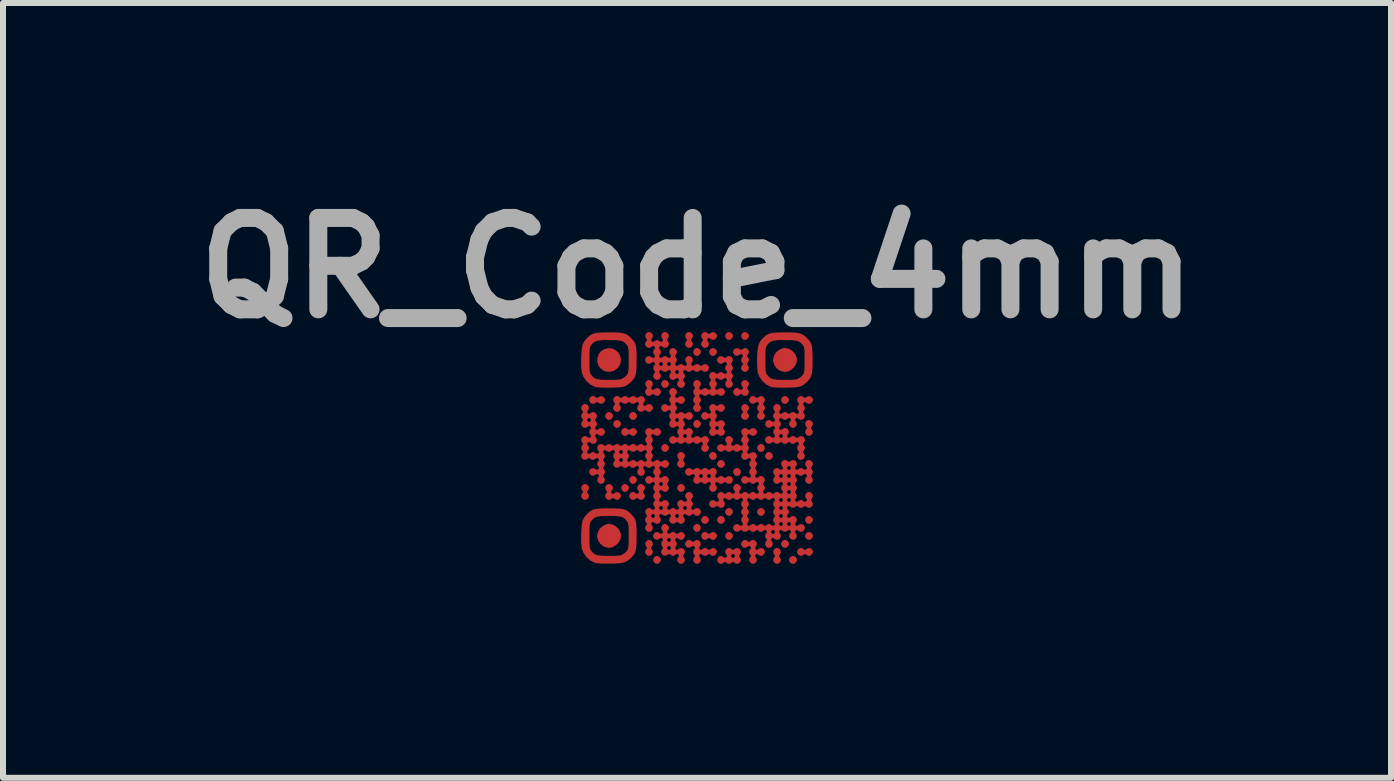
<source format=kicad_pcb>
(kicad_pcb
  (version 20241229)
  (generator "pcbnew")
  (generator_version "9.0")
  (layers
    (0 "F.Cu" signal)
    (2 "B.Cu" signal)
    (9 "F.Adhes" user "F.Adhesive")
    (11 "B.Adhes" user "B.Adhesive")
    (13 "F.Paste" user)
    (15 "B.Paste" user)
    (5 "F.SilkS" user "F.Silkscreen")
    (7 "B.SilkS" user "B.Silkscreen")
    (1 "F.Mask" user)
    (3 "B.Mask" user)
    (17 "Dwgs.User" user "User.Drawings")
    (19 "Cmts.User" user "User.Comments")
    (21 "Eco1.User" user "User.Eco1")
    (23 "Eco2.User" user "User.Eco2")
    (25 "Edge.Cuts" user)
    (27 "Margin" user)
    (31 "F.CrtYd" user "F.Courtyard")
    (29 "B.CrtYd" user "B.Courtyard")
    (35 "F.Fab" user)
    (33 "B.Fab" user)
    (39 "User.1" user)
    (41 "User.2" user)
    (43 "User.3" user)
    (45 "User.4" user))
  (footprint "QR_Code_4mm"
    (layer "F.Cu")
    (at 8.571 4.418)
    (property "Reference" "QR_Code_4mm" (at 0 -3 0) (layer "F.Fab") (effects (font (size 1.524 1.524) (thickness 0.3))))
    (attr board_only exclude_from_pos_files exclude_from_bom)
    (fp_poly (pts (xy -1.433 -0.588) (xy -1.408 -0.561) (xy -1.4 -0.533) (xy -1.412 -0.5) (xy -1.439 -0.474) (xy -1.467 -0.467) (xy -1.496 -0.476) (xy -1.512 -0.488) (xy -1.53 -0.521) (xy -1.527 -0.556) (xy -1.507 -0.585) (xy -1.473 -0.6) (xy -1.467 -0.6)) (stroke (width 0) (type solid)) (fill yes) (layer "F.Cu"))
    (fp_poly (pts (xy -1.3 -0.455) (xy -1.274 -0.427) (xy -1.267 -0.4) (xy -1.278 -0.367) (xy -1.306 -0.341) (xy -1.333 -0.333) (xy -1.363 -0.342) (xy -1.379 -0.354) (xy -1.397 -0.387) (xy -1.394 -0.423) (xy -1.374 -0.452) (xy -1.34 -0.466) (xy -1.333 -0.467)) (stroke (width 0) (type solid)) (fill yes) (layer "F.Cu"))
    (fp_poly (pts (xy -1.167 0.612) (xy -1.141 0.639) (xy -1.133 0.667) (xy -1.145 0.7) (xy -1.173 0.726) (xy -1.2 0.733) (xy -1.229 0.724) (xy -1.246 0.712) (xy -1.263 0.679) (xy -1.26 0.644) (xy -1.24 0.615) (xy -1.207 0.6) (xy -1.2 0.6)) (stroke (width 0) (type solid)) (fill yes) (layer "F.Cu"))
    (fp_poly (pts (xy -1.033 0.478) (xy -1.008 0.506) (xy -1 0.533) (xy -1.012 0.567) (xy -1.039 0.592) (xy -1.067 0.6) (xy -1.096 0.591) (xy -1.112 0.579) (xy -1.13 0.546) (xy -1.127 0.51) (xy -1.107 0.481) (xy -1.073 0.467) (xy -1.067 0.467)) (stroke (width 0) (type solid)) (fill yes) (layer "F.Cu"))
    (fp_poly (pts (xy -0.633 1.812) (xy -0.608 1.839) (xy -0.6 1.867) (xy -0.612 1.9) (xy -0.639 1.926) (xy -0.667 1.933) (xy -0.696 1.924) (xy -0.712 1.912) (xy -0.73 1.879) (xy -0.727 1.844) (xy -0.707 1.815) (xy -0.673 1.8) (xy -0.667 1.8)) (stroke (width 0) (type solid)) (fill yes) (layer "F.Cu"))
    (fp_poly (pts (xy -0.5 -0.055) (xy -0.474 -0.027) (xy -0.467 0) (xy -0.478 0.033) (xy -0.506 0.059) (xy -0.533 0.067) (xy -0.563 0.058) (xy -0.579 0.046) (xy -0.597 0.013) (xy -0.594 -0.023) (xy -0.574 -0.052) (xy -0.54 -0.066) (xy -0.533 -0.067)) (stroke (width 0) (type solid)) (fill yes) (layer "F.Cu"))
    (fp_poly (pts (xy 0.033 -1.655) (xy 0.059 -1.627) (xy 0.067 -1.6) (xy 0.055 -1.567) (xy 0.027 -1.541) (xy 0 -1.533) (xy -0.029 -1.542) (xy -0.046 -1.554) (xy -0.063 -1.587) (xy -0.06 -1.623) (xy -0.04 -1.652) (xy -0.007 -1.666) (xy 0 -1.667)) (stroke (width 0) (type solid)) (fill yes) (layer "F.Cu"))
    (fp_poly (pts (xy 0.033 -0.455) (xy 0.059 -0.427) (xy 0.067 -0.4) (xy 0.055 -0.367) (xy 0.027 -0.341) (xy 0 -0.333) (xy -0.029 -0.342) (xy -0.046 -0.354) (xy -0.063 -0.387) (xy -0.06 -0.423) (xy -0.04 -0.452) (xy -0.007 -0.466) (xy 0 -0.467)) (stroke (width 0) (type solid)) (fill yes) (layer "F.Cu"))
    (fp_poly (pts (xy 0.3 -1.655) (xy 0.326 -1.627) (xy 0.333 -1.6) (xy 0.322 -1.567) (xy 0.294 -1.541) (xy 0.267 -1.533) (xy 0.237 -1.542) (xy 0.221 -1.554) (xy 0.203 -1.587) (xy 0.206 -1.623) (xy 0.226 -1.652) (xy 0.26 -1.666) (xy 0.267 -1.667)) (stroke (width 0) (type solid)) (fill yes) (layer "F.Cu"))
    (fp_poly (pts (xy 0.567 -1.922) (xy 0.592 -1.894) (xy 0.6 -1.867) (xy 0.588 -1.833) (xy 0.561 -1.808) (xy 0.533 -1.8) (xy 0.504 -1.809) (xy 0.488 -1.821) (xy 0.47 -1.854) (xy 0.473 -1.89) (xy 0.493 -1.919) (xy 0.527 -1.933) (xy 0.533 -1.933)) (stroke (width 0) (type solid)) (fill yes) (layer "F.Cu"))
    (fp_poly (pts (xy 0.567 1.412) (xy 0.592 1.439) (xy 0.6 1.467) (xy 0.588 1.5) (xy 0.561 1.526) (xy 0.533 1.533) (xy 0.504 1.524) (xy 0.488 1.512) (xy 0.47 1.479) (xy 0.473 1.444) (xy 0.493 1.415) (xy 0.527 1.4) (xy 0.533 1.4)) (stroke (width 0) (type solid)) (fill yes) (layer "F.Cu"))
    (fp_poly (pts (xy 0.833 -1.922) (xy 0.859 -1.894) (xy 0.867 -1.867) (xy 0.855 -1.833) (xy 0.827 -1.808) (xy 0.8 -1.8) (xy 0.771 -1.809) (xy 0.754 -1.821) (xy 0.737 -1.854) (xy 0.74 -1.89) (xy 0.76 -1.919) (xy 0.793 -1.933) (xy 0.8 -1.933)) (stroke (width 0) (type solid)) (fill yes) (layer "F.Cu"))
    (fp_poly (pts (xy 1.5 -0.855) (xy 1.526 -0.827) (xy 1.533 -0.8) (xy 1.522 -0.767) (xy 1.494 -0.741) (xy 1.467 -0.733) (xy 1.437 -0.742) (xy 1.421 -0.754) (xy 1.403 -0.787) (xy 1.406 -0.823) (xy 1.426 -0.852) (xy 1.46 -0.866) (xy 1.467 -0.867)) (stroke (width 0) (type solid)) (fill yes) (layer "F.Cu"))
    (fp_poly (pts (xy 1.9 1.145) (xy 1.926 1.173) (xy 1.933 1.2) (xy 1.922 1.233) (xy 1.894 1.259) (xy 1.867 1.267) (xy 1.837 1.258) (xy 1.821 1.246) (xy 1.803 1.213) (xy 1.806 1.177) (xy 1.826 1.148) (xy 1.86 1.134) (xy 1.867 1.133)) (stroke (width 0) (type solid)) (fill yes) (layer "F.Cu"))
    (fp_poly (pts (xy -0.231 0.611) (xy -0.208 0.638) (xy -0.202 0.673) (xy -0.216 0.707) (xy -0.221 0.712) (xy -0.249 0.73) (xy -0.267 0.733) (xy -0.296 0.724) (xy -0.312 0.712) (xy -0.33 0.679) (xy -0.327 0.644) (xy -0.307 0.615) (xy -0.273 0.6) (xy -0.267 0.6)) (stroke (width 0) (type solid)) (fill yes) (layer "F.Cu"))
    (fp_poly (pts (xy 0.036 1.278) (xy 0.058 1.305) (xy 0.064 1.34) (xy 0.05 1.374) (xy 0.046 1.379) (xy 0.018 1.396) (xy 0 1.4) (xy -0.029 1.391) (xy -0.046 1.379) (xy -0.063 1.351) (xy -0.067 1.333) (xy -0.058 1.304) (xy -0.046 1.288) (xy -0.018 1.27) (xy 0 1.267)) (stroke (width 0) (type solid)) (fill yes) (layer "F.Cu"))
    (fp_poly (pts (xy 0.169 1.144) (xy 0.192 1.172) (xy 0.198 1.207) (xy 0.184 1.241) (xy 0.179 1.246) (xy 0.151 1.263) (xy 0.133 1.267) (xy 0.104 1.258) (xy 0.088 1.246) (xy 0.07 1.218) (xy 0.067 1.2) (xy 0.076 1.171) (xy 0.088 1.154) (xy 0.115 1.137) (xy 0.133 1.133)) (stroke (width 0) (type solid)) (fill yes) (layer "F.Cu"))
    (fp_poly (pts (xy 0.302 0.078) (xy 0.325 0.105) (xy 0.331 0.14) (xy 0.317 0.174) (xy 0.312 0.179) (xy 0.285 0.196) (xy 0.267 0.2) (xy 0.237 0.191) (xy 0.221 0.179) (xy 0.204 0.151) (xy 0.2 0.133) (xy 0.209 0.104) (xy 0.221 0.088) (xy 0.249 0.07) (xy 0.267 0.067)) (stroke (width 0) (type solid)) (fill yes) (layer "F.Cu"))
    (fp_poly (pts (xy 0.436 0.211) (xy 0.458 0.238) (xy 0.464 0.273) (xy 0.45 0.307) (xy 0.446 0.312) (xy 0.418 0.33) (xy 0.4 0.333) (xy 0.371 0.324) (xy 0.354 0.312) (xy 0.337 0.285) (xy 0.333 0.267) (xy 0.342 0.237) (xy 0.354 0.221) (xy 0.382 0.204) (xy 0.4 0.2)) (stroke (width 0) (type solid)) (fill yes) (layer "F.Cu"))
    (fp_poly (pts (xy 0.436 1.144) (xy 0.458 1.172) (xy 0.464 1.207) (xy 0.45 1.241) (xy 0.446 1.246) (xy 0.418 1.263) (xy 0.4 1.267) (xy 0.371 1.258) (xy 0.354 1.246) (xy 0.337 1.218) (xy 0.333 1.2) (xy 0.342 1.171) (xy 0.354 1.154) (xy 0.382 1.137) (xy 0.4 1.133)) (stroke (width 0) (type solid)) (fill yes) (layer "F.Cu"))
    (fp_poly (pts (xy 0.569 1.011) (xy 0.592 1.038) (xy 0.598 1.073) (xy 0.584 1.107) (xy 0.579 1.112) (xy 0.551 1.13) (xy 0.533 1.133) (xy 0.504 1.124) (xy 0.488 1.112) (xy 0.47 1.085) (xy 0.467 1.067) (xy 0.476 1.037) (xy 0.488 1.021) (xy 0.515 1.004) (xy 0.533 1)) (stroke (width 0) (type solid)) (fill yes) (layer "F.Cu"))
    (fp_poly (pts (xy 0.702 0.344) (xy 0.725 0.372) (xy 0.731 0.407) (xy 0.717 0.441) (xy 0.712 0.446) (xy 0.685 0.463) (xy 0.667 0.467) (xy 0.637 0.458) (xy 0.621 0.446) (xy 0.604 0.418) (xy 0.6 0.4) (xy 0.609 0.371) (xy 0.621 0.354) (xy 0.649 0.337) (xy 0.667 0.333)) (stroke (width 0) (type solid)) (fill yes) (layer "F.Cu"))
    (fp_poly (pts (xy 1.102 -0.056) (xy 1.125 -0.028) (xy 1.131 0.007) (xy 1.117 0.041) (xy 1.112 0.046) (xy 1.085 0.063) (xy 1.067 0.067) (xy 1.037 0.058) (xy 1.021 0.046) (xy 1.004 0.018) (xy 1 0) (xy 1.009 -0.029) (xy 1.021 -0.046) (xy 1.049 -0.063) (xy 1.067 -0.067)) (stroke (width 0) (type solid)) (fill yes) (layer "F.Cu"))
    (fp_poly (pts (xy 1.102 1.011) (xy 1.125 1.038) (xy 1.131 1.073) (xy 1.117 1.107) (xy 1.112 1.112) (xy 1.085 1.13) (xy 1.067 1.133) (xy 1.037 1.124) (xy 1.021 1.112) (xy 1.004 1.085) (xy 1 1.067) (xy 1.009 1.037) (xy 1.021 1.021) (xy 1.049 1.004) (xy 1.067 1)) (stroke (width 0) (type solid)) (fill yes) (layer "F.Cu"))
    (fp_poly (pts (xy 1.236 0.078) (xy 1.258 0.105) (xy 1.264 0.14) (xy 1.25 0.174) (xy 1.246 0.179) (xy 1.218 0.196) (xy 1.2 0.2) (xy 1.171 0.191) (xy 1.154 0.179) (xy 1.137 0.151) (xy 1.133 0.133) (xy 1.142 0.104) (xy 1.154 0.088) (xy 1.182 0.07) (xy 1.2 0.067)) (stroke (width 0) (type solid)) (fill yes) (layer "F.Cu"))
    (fp_poly (pts (xy 1.907 1.416) (xy 1.912 1.421) (xy 1.93 1.449) (xy 1.933 1.467) (xy 1.924 1.496) (xy 1.912 1.512) (xy 1.885 1.53) (xy 1.867 1.533) (xy 1.837 1.524) (xy 1.821 1.512) (xy 1.804 1.485) (xy 1.8 1.467) (xy 1.811 1.431) (xy 1.838 1.408) (xy 1.873 1.402)) (stroke (width 0) (type solid)) (fill yes) (layer "F.Cu"))
    (fp_poly (pts (xy -1.037 -0.591) (xy -1.021 -0.579) (xy -1.004 -0.551) (xy -1 -0.533) (xy -1.009 -0.504) (xy -1.021 -0.488) (xy -1.049 -0.47) (xy -1.067 -0.467) (xy -1.096 -0.476) (xy -1.112 -0.488) (xy -1.13 -0.515) (xy -1.133 -0.533) (xy -1.124 -0.563) (xy -1.112 -0.579) (xy -1.085 -0.596) (xy -1.067 -0.6)) (stroke (width 0) (type solid)) (fill yes) (layer "F.Cu"))
    (fp_poly (pts (xy -0.504 -1.124) (xy -0.488 -1.112) (xy -0.47 -1.085) (xy -0.467 -1.067) (xy -0.476 -1.037) (xy -0.488 -1.021) (xy -0.515 -1.004) (xy -0.533 -1) (xy -0.563 -1.009) (xy -0.579 -1.021) (xy -0.596 -1.049) (xy -0.6 -1.067) (xy -0.591 -1.096) (xy -0.579 -1.112) (xy -0.551 -1.13) (xy -0.533 -1.133)) (stroke (width 0) (type solid)) (fill yes) (layer "F.Cu"))
    (fp_poly (pts (xy 1.496 1.542) (xy 1.512 1.554) (xy 1.53 1.582) (xy 1.533 1.6) (xy 1.524 1.629) (xy 1.512 1.646) (xy 1.485 1.663) (xy 1.467 1.667) (xy 1.437 1.658) (xy 1.421 1.646) (xy 1.404 1.618) (xy 1.4 1.6) (xy 1.409 1.571) (xy 1.421 1.554) (xy 1.449 1.537) (xy 1.467 1.533)) (stroke (width 0) (type solid)) (fill yes) (layer "F.Cu"))
    (fp_poly (pts (xy 1.629 1.809) (xy 1.646 1.821) (xy 1.663 1.849) (xy 1.667 1.867) (xy 1.658 1.896) (xy 1.646 1.912) (xy 1.618 1.93) (xy 1.6 1.933) (xy 1.571 1.924) (xy 1.554 1.912) (xy 1.537 1.885) (xy 1.533 1.867) (xy 1.542 1.837) (xy 1.554 1.821) (xy 1.582 1.804) (xy 1.6 1.8)) (stroke (width 0) (type solid)) (fill yes) (layer "F.Cu"))
    (fp_poly (pts (xy -1.419 -1.659) (xy -1.359 -1.633) (xy -1.312 -1.591) (xy -1.281 -1.536) (xy -1.268 -1.473) (xy -1.277 -1.407) (xy -1.287 -1.382) (xy -1.326 -1.327) (xy -1.381 -1.289) (xy -1.445 -1.27) (xy -1.512 -1.272) (xy -1.557 -1.288) (xy -1.612 -1.329) (xy -1.648 -1.381) (xy -1.663 -1.44) (xy -1.661 -1.501) (xy -1.641 -1.559) (xy -1.605 -1.608) (xy -1.553 -1.645) (xy -1.487 -1.663)) (stroke (width 0) (type solid)) (fill yes) (layer "F.Cu"))
    (fp_poly (pts (xy -1.403 1.279) (xy -1.346 1.313) (xy -1.301 1.362) (xy -1.273 1.422) (xy -1.267 1.468) (xy -1.279 1.528) (xy -1.312 1.583) (xy -1.36 1.628) (xy -1.417 1.658) (xy -1.468 1.666) (xy -1.51 1.659) (xy -1.555 1.643) (xy -1.563 1.639) (xy -1.61 1.601) (xy -1.646 1.547) (xy -1.665 1.487) (xy -1.667 1.467) (xy -1.654 1.403) (xy -1.621 1.346) (xy -1.571 1.301) (xy -1.512 1.273) (xy -1.467 1.267)) (stroke (width 0) (type solid)) (fill yes) (layer "F.Cu"))
    (fp_poly (pts (xy 1.53 -1.654) (xy 1.587 -1.621) (xy 1.632 -1.571) (xy 1.66 -1.511) (xy 1.667 -1.466) (xy 1.654 -1.406) (xy 1.621 -1.35) (xy 1.573 -1.305) (xy 1.516 -1.275) (xy 1.465 -1.267) (xy 1.423 -1.274) (xy 1.378 -1.29) (xy 1.37 -1.294) (xy 1.323 -1.332) (xy 1.287 -1.386) (xy 1.268 -1.446) (xy 1.267 -1.467) (xy 1.279 -1.53) (xy 1.313 -1.587) (xy 1.362 -1.632) (xy 1.421 -1.66) (xy 1.467 -1.667)) (stroke (width 0) (type solid)) (fill yes) (layer "F.Cu"))
    (fp_poly (pts (xy -1.833 0.612) (xy -1.808 0.639) (xy -1.8 0.667) (xy -1.809 0.696) (xy -1.821 0.712) (xy -1.835 0.731) (xy -1.828 0.747) (xy -1.821 0.754) (xy -1.803 0.787) (xy -1.806 0.823) (xy -1.826 0.852) (xy -1.86 0.866) (xy -1.867 0.867) (xy -1.896 0.858) (xy -1.912 0.846) (xy -1.932 0.81) (xy -1.926 0.773) (xy -1.912 0.754) (xy -1.898 0.736) (xy -1.905 0.72) (xy -1.912 0.712) (xy -1.93 0.679) (xy -1.927 0.644) (xy -1.907 0.615) (xy -1.873 0.6) (xy -1.867 0.6)) (stroke (width 0) (type solid)) (fill yes) (layer "F.Cu"))
    (fp_poly (pts (xy 1.369 1.678) (xy 1.392 1.705) (xy 1.398 1.74) (xy 1.384 1.774) (xy 1.379 1.779) (xy 1.365 1.797) (xy 1.372 1.813) (xy 1.379 1.821) (xy 1.397 1.854) (xy 1.394 1.89) (xy 1.374 1.919) (xy 1.34 1.933) (xy 1.333 1.933) (xy 1.304 1.924) (xy 1.288 1.912) (xy 1.268 1.877) (xy 1.274 1.84) (xy 1.288 1.821) (xy 1.302 1.803) (xy 1.295 1.787) (xy 1.288 1.779) (xy 1.27 1.746) (xy 1.273 1.71) (xy 1.293 1.681) (xy 1.327 1.667) (xy 1.333 1.667)) (stroke (width 0) (type solid)) (fill yes) (layer "F.Cu"))
    (fp_poly (pts (xy -1.704 -0.858) (xy -1.688 -0.846) (xy -1.669 -0.832) (xy -1.653 -0.839) (xy -1.646 -0.846) (xy -1.613 -0.863) (xy -1.577 -0.86) (xy -1.548 -0.84) (xy -1.534 -0.807) (xy -1.533 -0.8) (xy -1.544 -0.764) (xy -1.572 -0.742) (xy -1.607 -0.736) (xy -1.641 -0.75) (xy -1.646 -0.754) (xy -1.664 -0.768) (xy -1.68 -0.761) (xy -1.688 -0.754) (xy -1.715 -0.737) (xy -1.733 -0.733) (xy -1.763 -0.742) (xy -1.779 -0.754) (xy -1.797 -0.787) (xy -1.794 -0.823) (xy -1.774 -0.852) (xy -1.74 -0.866) (xy -1.733 -0.867)) (stroke (width 0) (type solid)) (fill yes) (layer "F.Cu"))
    (fp_poly (pts (xy -1.171 -0.324) (xy -1.154 -0.312) (xy -1.136 -0.298) (xy -1.12 -0.305) (xy -1.112 -0.312) (xy -1.079 -0.33) (xy -1.044 -0.327) (xy -1.015 -0.307) (xy -1 -0.273) (xy -1 -0.267) (xy -1.012 -0.233) (xy -1.039 -0.208) (xy -1.067 -0.2) (xy -1.096 -0.209) (xy -1.112 -0.221) (xy -1.131 -0.235) (xy -1.147 -0.228) (xy -1.154 -0.221) (xy -1.182 -0.204) (xy -1.2 -0.2) (xy -1.229 -0.209) (xy -1.246 -0.221) (xy -1.263 -0.254) (xy -1.26 -0.29) (xy -1.24 -0.319) (xy -1.207 -0.333) (xy -1.2 -0.333)) (stroke (width 0) (type solid)) (fill yes) (layer "F.Cu"))
    (fp_poly (pts (xy -0.764 1.544) (xy -0.742 1.572) (xy -0.736 1.607) (xy -0.75 1.641) (xy -0.754 1.646) (xy -0.768 1.664) (xy -0.761 1.68) (xy -0.754 1.688) (xy -0.737 1.721) (xy -0.74 1.756) (xy -0.76 1.785) (xy -0.793 1.8) (xy -0.8 1.8) (xy -0.829 1.791) (xy -0.846 1.779) (xy -0.863 1.751) (xy -0.867 1.733) (xy -0.858 1.704) (xy -0.846 1.688) (xy -0.832 1.669) (xy -0.839 1.653) (xy -0.846 1.646) (xy -0.863 1.613) (xy -0.86 1.577) (xy -0.84 1.548) (xy -0.807 1.534) (xy -0.8 1.533)) (stroke (width 0) (type solid)) (fill yes) (layer "F.Cu"))
    (fp_poly (pts (xy -0.233 0.078) (xy -0.208 0.106) (xy -0.2 0.133) (xy -0.209 0.163) (xy -0.221 0.179) (xy -0.235 0.197) (xy -0.228 0.213) (xy -0.221 0.221) (xy -0.202 0.256) (xy -0.207 0.294) (xy -0.221 0.312) (xy -0.249 0.33) (xy -0.267 0.333) (xy -0.296 0.324) (xy -0.312 0.312) (xy -0.33 0.285) (xy -0.333 0.267) (xy -0.324 0.237) (xy -0.312 0.221) (xy -0.298 0.203) (xy -0.305 0.187) (xy -0.312 0.179) (xy -0.33 0.146) (xy -0.327 0.11) (xy -0.307 0.081) (xy -0.273 0.067) (xy -0.267 0.067)) (stroke (width 0) (type solid)) (fill yes) (layer "F.Cu"))
    (fp_poly (pts (xy -0.1 -1.922) (xy -0.074 -1.894) (xy -0.067 -1.867) (xy -0.076 -1.837) (xy -0.088 -1.821) (xy -0.102 -1.803) (xy -0.095 -1.787) (xy -0.088 -1.779) (xy -0.07 -1.746) (xy -0.073 -1.71) (xy -0.093 -1.681) (xy -0.127 -1.667) (xy -0.133 -1.667) (xy -0.163 -1.676) (xy -0.179 -1.688) (xy -0.196 -1.715) (xy -0.2 -1.733) (xy -0.191 -1.763) (xy -0.179 -1.779) (xy -0.165 -1.797) (xy -0.172 -1.813) (xy -0.179 -1.821) (xy -0.197 -1.854) (xy -0.194 -1.89) (xy -0.174 -1.919) (xy -0.14 -1.933) (xy -0.133 -1.933)) (stroke (width 0) (type solid)) (fill yes) (layer "F.Cu"))
    (fp_poly (pts (xy 0.163 1.409) (xy 0.179 1.421) (xy 0.197 1.435) (xy 0.213 1.428) (xy 0.221 1.421) (xy 0.254 1.403) (xy 0.29 1.406) (xy 0.319 1.426) (xy 0.333 1.46) (xy 0.333 1.467) (xy 0.322 1.5) (xy 0.294 1.526) (xy 0.267 1.533) (xy 0.237 1.524) (xy 0.221 1.512) (xy 0.203 1.498) (xy 0.187 1.505) (xy 0.179 1.512) (xy 0.151 1.53) (xy 0.133 1.533) (xy 0.104 1.524) (xy 0.088 1.512) (xy 0.07 1.479) (xy 0.073 1.444) (xy 0.093 1.415) (xy 0.127 1.4) (xy 0.133 1.4)) (stroke (width 0) (type solid)) (fill yes) (layer "F.Cu"))
    (fp_poly (pts (xy 1.9 -0.455) (xy 1.926 -0.427) (xy 1.933 -0.4) (xy 1.924 -0.371) (xy 1.912 -0.354) (xy 1.898 -0.336) (xy 1.905 -0.32) (xy 1.912 -0.312) (xy 1.93 -0.279) (xy 1.927 -0.244) (xy 1.907 -0.215) (xy 1.873 -0.2) (xy 1.867 -0.2) (xy 1.837 -0.209) (xy 1.821 -0.221) (xy 1.804 -0.249) (xy 1.8 -0.267) (xy 1.809 -0.296) (xy 1.821 -0.312) (xy 1.835 -0.331) (xy 1.828 -0.347) (xy 1.821 -0.354) (xy 1.803 -0.387) (xy 1.806 -0.423) (xy 1.826 -0.452) (xy 1.86 -0.466) (xy 1.867 -0.467)) (stroke (width 0) (type solid)) (fill yes) (layer "F.Cu"))
    (fp_poly (pts (xy 0.833 -0.722) (xy 0.859 -0.694) (xy 0.867 -0.667) (xy 0.858 -0.637) (xy 0.846 -0.621) (xy 0.832 -0.603) (xy 0.839 -0.587) (xy 0.846 -0.579) (xy 0.863 -0.551) (xy 0.867 -0.533) (xy 0.858 -0.504) (xy 0.846 -0.488) (xy 0.818 -0.47) (xy 0.8 -0.467) (xy 0.771 -0.476) (xy 0.754 -0.488) (xy 0.737 -0.515) (xy 0.733 -0.533) (xy 0.742 -0.563) (xy 0.754 -0.579) (xy 0.768 -0.597) (xy 0.761 -0.613) (xy 0.754 -0.621) (xy 0.737 -0.654) (xy 0.74 -0.69) (xy 0.76 -0.719) (xy 0.793 -0.733) (xy 0.8 -0.733)) (stroke (width 0) (type solid)) (fill yes) (layer "F.Cu"))
    (fp_poly (pts (xy 1.763 1.676) (xy 1.779 1.688) (xy 1.797 1.702) (xy 1.813 1.695) (xy 1.821 1.688) (xy 1.854 1.67) (xy 1.89 1.673) (xy 1.919 1.693) (xy 1.933 1.727) (xy 1.933 1.733) (xy 1.922 1.767) (xy 1.894 1.792) (xy 1.867 1.8) (xy 1.837 1.791) (xy 1.821 1.779) (xy 1.803 1.765) (xy 1.787 1.772) (xy 1.779 1.779) (xy 1.751 1.796) (xy 1.733 1.8) (xy 1.704 1.791) (xy 1.688 1.779) (xy 1.67 1.751) (xy 1.667 1.733) (xy 1.676 1.704) (xy 1.688 1.688) (xy 1.715 1.67) (xy 1.733 1.667)) (stroke (width 0) (type solid)) (fill yes) (layer "F.Cu"))
    (fp_poly (pts (xy -1.433 0.612) (xy -1.408 0.639) (xy -1.4 0.667) (xy -1.409 0.696) (xy -1.421 0.712) (xy -1.435 0.731) (xy -1.428 0.747) (xy -1.421 0.754) (xy -1.403 0.768) (xy -1.387 0.761) (xy -1.379 0.754) (xy -1.346 0.737) (xy -1.31 0.74) (xy -1.281 0.76) (xy -1.267 0.793) (xy -1.267 0.8) (xy -1.278 0.833) (xy -1.306 0.859) (xy -1.333 0.867) (xy -1.363 0.858) (xy -1.379 0.846) (xy -1.397 0.832) (xy -1.413 0.839) (xy -1.421 0.846) (xy -1.449 0.863) (xy -1.467 0.867) (xy -1.496 0.858) (xy -1.512 0.846) (xy -1.53 0.818) (xy -1.533 0.8) (xy -1.524 0.771) (xy -1.512 0.754) (xy -1.498 0.736) (xy -1.505 0.72) (xy -1.512 0.712) (xy -1.53 0.679) (xy -1.527 0.644) (xy -1.507 0.615) (xy -1.473 0.6) (xy -1.467 0.6)) (stroke (width 0) (type solid)) (fill yes) (layer "F.Cu"))
    (fp_poly (pts (xy -0.9 0.612) (xy -0.874 0.639) (xy -0.867 0.667) (xy -0.876 0.696) (xy -0.888 0.712) (xy -0.902 0.731) (xy -0.895 0.747) (xy -0.888 0.754) (xy -0.87 0.787) (xy -0.873 0.823) (xy -0.893 0.852) (xy -0.927 0.866) (xy -0.933 0.867) (xy -0.963 0.858) (xy -0.979 0.846) (xy -0.997 0.832) (xy -1.013 0.839) (xy -1.021 0.846) (xy -1.049 0.863) (xy -1.067 0.867) (xy -1.096 0.858) (xy -1.112 0.846) (xy -1.13 0.813) (xy -1.127 0.777) (xy -1.107 0.748) (xy -1.073 0.734) (xy -1.067 0.733) (xy -1.037 0.742) (xy -1.021 0.754) (xy -1.003 0.768) (xy -0.987 0.761) (xy -0.979 0.754) (xy -0.965 0.736) (xy -0.972 0.72) (xy -0.979 0.712) (xy -0.997 0.679) (xy -0.994 0.644) (xy -0.974 0.615) (xy -0.94 0.6) (xy -0.933 0.6)) (stroke (width 0) (type solid)) (fill yes) (layer "F.Cu"))
    (fp_poly (pts (xy -0.764 -1.122) (xy -0.742 -1.095) (xy -0.736 -1.06) (xy -0.75 -1.026) (xy -0.754 -1.021) (xy -0.768 -1.003) (xy -0.761 -0.987) (xy -0.754 -0.979) (xy -0.736 -0.965) (xy -0.72 -0.972) (xy -0.712 -0.979) (xy -0.679 -0.997) (xy -0.644 -0.994) (xy -0.615 -0.974) (xy -0.6 -0.94) (xy -0.6 -0.933) (xy -0.612 -0.9) (xy -0.639 -0.874) (xy -0.667 -0.867) (xy -0.696 -0.876) (xy -0.712 -0.888) (xy -0.731 -0.902) (xy -0.747 -0.895) (xy -0.754 -0.888) (xy -0.782 -0.87) (xy -0.8 -0.867) (xy -0.829 -0.876) (xy -0.846 -0.888) (xy -0.863 -0.915) (xy -0.867 -0.933) (xy -0.858 -0.963) (xy -0.846 -0.979) (xy -0.832 -0.997) (xy -0.839 -1.013) (xy -0.846 -1.021) (xy -0.863 -1.054) (xy -0.86 -1.09) (xy -0.84 -1.119) (xy -0.807 -1.133) (xy -0.8 -1.133)) (stroke (width 0) (type solid)) (fill yes) (layer "F.Cu"))
    (fp_poly (pts (xy 0.163 -1.924) (xy 0.179 -1.912) (xy 0.197 -1.898) (xy 0.213 -1.905) (xy 0.221 -1.912) (xy 0.254 -1.93) (xy 0.29 -1.927) (xy 0.319 -1.907) (xy 0.333 -1.873) (xy 0.333 -1.867) (xy 0.322 -1.831) (xy 0.295 -1.808) (xy 0.26 -1.802) (xy 0.226 -1.816) (xy 0.221 -1.821) (xy 0.203 -1.835) (xy 0.187 -1.828) (xy 0.179 -1.821) (xy 0.165 -1.803) (xy 0.172 -1.787) (xy 0.179 -1.779) (xy 0.197 -1.746) (xy 0.194 -1.71) (xy 0.174 -1.681) (xy 0.14 -1.667) (xy 0.133 -1.667) (xy 0.104 -1.676) (xy 0.088 -1.688) (xy 0.07 -1.715) (xy 0.067 -1.733) (xy 0.076 -1.763) (xy 0.088 -1.779) (xy 0.102 -1.797) (xy 0.095 -1.813) (xy 0.088 -1.821) (xy 0.07 -1.854) (xy 0.073 -1.89) (xy 0.093 -1.919) (xy 0.127 -1.933) (xy 0.133 -1.933)) (stroke (width 0) (type solid)) (fill yes) (layer "F.Cu"))
    (fp_poly (pts (xy 0.833 -1.122) (xy 0.859 -1.094) (xy 0.867 -1.067) (xy 0.858 -1.037) (xy 0.846 -1.021) (xy 0.832 -1.003) (xy 0.839 -0.987) (xy 0.846 -0.979) (xy 0.863 -0.946) (xy 0.86 -0.91) (xy 0.84 -0.881) (xy 0.807 -0.867) (xy 0.8 -0.867) (xy 0.771 -0.876) (xy 0.754 -0.888) (xy 0.736 -0.902) (xy 0.72 -0.895) (xy 0.712 -0.888) (xy 0.685 -0.87) (xy 0.667 -0.867) (xy 0.637 -0.876) (xy 0.621 -0.888) (xy 0.603 -0.921) (xy 0.606 -0.956) (xy 0.626 -0.985) (xy 0.66 -1) (xy 0.667 -1) (xy 0.696 -0.991) (xy 0.712 -0.979) (xy 0.731 -0.965) (xy 0.747 -0.972) (xy 0.754 -0.979) (xy 0.768 -0.997) (xy 0.761 -1.013) (xy 0.754 -1.021) (xy 0.737 -1.054) (xy 0.74 -1.09) (xy 0.76 -1.119) (xy 0.793 -1.133) (xy 0.8 -1.133)) (stroke (width 0) (type solid)) (fill yes) (layer "F.Cu"))
    (fp_poly (pts (xy 0.827 -1.659) (xy 0.846 -1.646) (xy 0.865 -1.61) (xy 0.859 -1.573) (xy 0.846 -1.554) (xy 0.832 -1.536) (xy 0.839 -1.52) (xy 0.846 -1.512) (xy 0.863 -1.485) (xy 0.867 -1.467) (xy 0.858 -1.437) (xy 0.846 -1.421) (xy 0.832 -1.403) (xy 0.839 -1.387) (xy 0.846 -1.379) (xy 0.863 -1.346) (xy 0.86 -1.31) (xy 0.84 -1.281) (xy 0.807 -1.267) (xy 0.8 -1.267) (xy 0.771 -1.276) (xy 0.754 -1.288) (xy 0.737 -1.315) (xy 0.733 -1.333) (xy 0.742 -1.363) (xy 0.754 -1.379) (xy 0.768 -1.397) (xy 0.761 -1.413) (xy 0.754 -1.421) (xy 0.737 -1.449) (xy 0.733 -1.467) (xy 0.742 -1.496) (xy 0.754 -1.512) (xy 0.768 -1.531) (xy 0.761 -1.547) (xy 0.754 -1.554) (xy 0.736 -1.568) (xy 0.72 -1.561) (xy 0.712 -1.554) (xy 0.679 -1.537) (xy 0.644 -1.54) (xy 0.615 -1.56) (xy 0.6 -1.593) (xy 0.6 -1.6) (xy 0.611 -1.636) (xy 0.638 -1.658) (xy 0.673 -1.664) (xy 0.707 -1.65) (xy 0.712 -1.646) (xy 0.731 -1.632) (xy 0.747 -1.639) (xy 0.754 -1.646) (xy 0.79 -1.665)) (stroke (width 0) (type solid)) (fill yes) (layer "F.Cu"))
    (fp_poly (pts (xy 0.963 -0.858) (xy 0.979 -0.846) (xy 0.997 -0.832) (xy 1.013 -0.839) (xy 1.021 -0.846) (xy 1.056 -0.865) (xy 1.094 -0.859) (xy 1.112 -0.846) (xy 1.132 -0.81) (xy 1.126 -0.773) (xy 1.112 -0.754) (xy 1.098 -0.736) (xy 1.105 -0.72) (xy 1.112 -0.712) (xy 1.13 -0.685) (xy 1.133 -0.667) (xy 1.124 -0.637) (xy 1.112 -0.621) (xy 1.098 -0.603) (xy 1.105 -0.587) (xy 1.112 -0.579) (xy 1.13 -0.551) (xy 1.133 -0.533) (xy 1.124 -0.504) (xy 1.112 -0.488) (xy 1.085 -0.47) (xy 1.067 -0.467) (xy 1.037 -0.476) (xy 1.021 -0.488) (xy 1.004 -0.515) (xy 1 -0.533) (xy 1.009 -0.563) (xy 1.021 -0.579) (xy 1.035 -0.597) (xy 1.028 -0.613) (xy 1.021 -0.621) (xy 1.004 -0.649) (xy 1 -0.667) (xy 1.009 -0.696) (xy 1.021 -0.712) (xy 1.035 -0.731) (xy 1.028 -0.747) (xy 1.021 -0.754) (xy 1.003 -0.768) (xy 0.987 -0.761) (xy 0.979 -0.754) (xy 0.946 -0.737) (xy 0.91 -0.74) (xy 0.881 -0.76) (xy 0.867 -0.793) (xy 0.867 -0.8) (xy 0.878 -0.833) (xy 0.906 -0.859) (xy 0.933 -0.867)) (stroke (width 0) (type solid)) (fill yes) (layer "F.Cu"))
    (fp_poly (pts (xy 0.969 1.544) (xy 0.992 1.572) (xy 0.998 1.607) (xy 0.984 1.641) (xy 0.979 1.646) (xy 0.965 1.664) (xy 0.972 1.68) (xy 0.979 1.688) (xy 0.997 1.702) (xy 1.013 1.695) (xy 1.021 1.688) (xy 1.054 1.67) (xy 1.09 1.673) (xy 1.119 1.693) (xy 1.133 1.727) (xy 1.133 1.733) (xy 1.122 1.767) (xy 1.094 1.792) (xy 1.067 1.8) (xy 1.037 1.791) (xy 1.021 1.779) (xy 1.003 1.765) (xy 0.987 1.772) (xy 0.979 1.779) (xy 0.965 1.797) (xy 0.972 1.813) (xy 0.979 1.821) (xy 0.997 1.854) (xy 0.994 1.89) (xy 0.974 1.919) (xy 0.94 1.933) (xy 0.933 1.933) (xy 0.904 1.924) (xy 0.888 1.912) (xy 0.868 1.877) (xy 0.874 1.84) (xy 0.888 1.821) (xy 0.902 1.803) (xy 0.895 1.787) (xy 0.888 1.779) (xy 0.87 1.751) (xy 0.867 1.733) (xy 0.876 1.704) (xy 0.888 1.688) (xy 0.902 1.669) (xy 0.895 1.653) (xy 0.888 1.646) (xy 0.869 1.632) (xy 0.853 1.639) (xy 0.846 1.646) (xy 0.813 1.663) (xy 0.777 1.66) (xy 0.748 1.64) (xy 0.734 1.607) (xy 0.733 1.6) (xy 0.745 1.567) (xy 0.773 1.541) (xy 0.8 1.533) (xy 0.829 1.542) (xy 0.846 1.554) (xy 0.864 1.568) (xy 0.88 1.561) (xy 0.888 1.554) (xy 0.915 1.537) (xy 0.933 1.533)) (stroke (width 0) (type solid)) (fill yes) (layer "F.Cu"))
    (fp_poly (pts (xy 0.563 1.676) (xy 0.579 1.688) (xy 0.597 1.702) (xy 0.613 1.695) (xy 0.621 1.688) (xy 0.654 1.67) (xy 0.69 1.673) (xy 0.719 1.693) (xy 0.733 1.727) (xy 0.733 1.733) (xy 0.724 1.763) (xy 0.712 1.779) (xy 0.698 1.797) (xy 0.705 1.813) (xy 0.712 1.821) (xy 0.73 1.854) (xy 0.727 1.89) (xy 0.707 1.919) (xy 0.673 1.933) (xy 0.667 1.933) (xy 0.637 1.924) (xy 0.621 1.912) (xy 0.603 1.898) (xy 0.587 1.905) (xy 0.579 1.912) (xy 0.551 1.93) (xy 0.533 1.933) (xy 0.504 1.924) (xy 0.488 1.912) (xy 0.469 1.898) (xy 0.453 1.905) (xy 0.446 1.912) (xy 0.418 1.93) (xy 0.4 1.933) (xy 0.371 1.924) (xy 0.354 1.912) (xy 0.337 1.879) (xy 0.34 1.844) (xy 0.36 1.815) (xy 0.393 1.8) (xy 0.4 1.8) (xy 0.429 1.809) (xy 0.446 1.821) (xy 0.464 1.835) (xy 0.48 1.828) (xy 0.488 1.821) (xy 0.502 1.803) (xy 0.5 1.799) (xy 0.566 1.799) (xy 0.574 1.817) (xy 0.576 1.819) (xy 0.593 1.836) (xy 0.606 1.834) (xy 0.622 1.82) (xy 0.635 1.802) (xy 0.627 1.785) (xy 0.621 1.779) (xy 0.602 1.765) (xy 0.586 1.772) (xy 0.579 1.779) (xy 0.566 1.799) (xy 0.5 1.799) (xy 0.495 1.787) (xy 0.488 1.779) (xy 0.47 1.746) (xy 0.473 1.71) (xy 0.493 1.681) (xy 0.527 1.667) (xy 0.533 1.667)) (stroke (width 0) (type solid)) (fill yes) (layer "F.Cu"))
    (fp_poly (pts (xy 0.036 1.544) (xy 0.058 1.572) (xy 0.064 1.607) (xy 0.05 1.641) (xy 0.046 1.646) (xy 0.032 1.664) (xy 0.039 1.68) (xy 0.046 1.688) (xy 0.064 1.702) (xy 0.08 1.695) (xy 0.088 1.688) (xy 0.115 1.67) (xy 0.133 1.667) (xy 0.163 1.676) (xy 0.179 1.688) (xy 0.197 1.702) (xy 0.213 1.695) (xy 0.221 1.688) (xy 0.254 1.67) (xy 0.29 1.673) (xy 0.319 1.693) (xy 0.333 1.727) (xy 0.333 1.733) (xy 0.322 1.767) (xy 0.294 1.792) (xy 0.267 1.8) (xy 0.237 1.791) (xy 0.221 1.779) (xy 0.203 1.765) (xy 0.187 1.772) (xy 0.179 1.779) (xy 0.151 1.796) (xy 0.133 1.8) (xy 0.104 1.791) (xy 0.088 1.779) (xy 0.069 1.765) (xy 0.053 1.772) (xy 0.046 1.779) (xy 0.032 1.797) (xy 0.039 1.813) (xy 0.046 1.821) (xy 0.063 1.854) (xy 0.06 1.89) (xy 0.04 1.919) (xy 0.007 1.933) (xy 0 1.933) (xy -0.029 1.924) (xy -0.046 1.912) (xy -0.065 1.877) (xy -0.059 1.84) (xy -0.046 1.821) (xy -0.032 1.803) (xy -0.039 1.787) (xy -0.046 1.779) (xy -0.063 1.751) (xy -0.067 1.733) (xy -0.058 1.704) (xy -0.046 1.688) (xy -0.032 1.669) (xy -0.039 1.653) (xy -0.046 1.646) (xy -0.064 1.632) (xy -0.08 1.639) (xy -0.088 1.646) (xy -0.121 1.663) (xy -0.156 1.66) (xy -0.185 1.64) (xy -0.2 1.607) (xy -0.2 1.6) (xy -0.188 1.567) (xy -0.161 1.541) (xy -0.133 1.533) (xy -0.104 1.542) (xy -0.088 1.554) (xy -0.069 1.568) (xy -0.053 1.561) (xy -0.046 1.554) (xy -0.018 1.537) (xy 0 1.533)) (stroke (width 0) (type solid)) (fill yes) (layer "F.Cu"))
    (fp_poly (pts (xy -1.304 -0.858) (xy -1.288 -0.846) (xy -1.269 -0.832) (xy -1.253 -0.839) (xy -1.246 -0.846) (xy -1.21 -0.865) (xy -1.173 -0.859) (xy -1.154 -0.846) (xy -1.136 -0.832) (xy -1.12 -0.839) (xy -1.112 -0.846) (xy -1.077 -0.865) (xy -1.04 -0.859) (xy -1.021 -0.846) (xy -1.003 -0.832) (xy -0.987 -0.839) (xy -0.979 -0.846) (xy -0.944 -0.865) (xy -0.906 -0.859) (xy -0.888 -0.846) (xy -0.868 -0.81) (xy -0.874 -0.773) (xy -0.888 -0.754) (xy -0.902 -0.736) (xy -0.895 -0.72) (xy -0.888 -0.712) (xy -0.869 -0.698) (xy -0.853 -0.705) (xy -0.846 -0.712) (xy -0.813 -0.73) (xy -0.777 -0.727) (xy -0.748 -0.707) (xy -0.734 -0.673) (xy -0.733 -0.667) (xy -0.745 -0.633) (xy -0.773 -0.608) (xy -0.8 -0.6) (xy -0.829 -0.609) (xy -0.846 -0.621) (xy -0.864 -0.635) (xy -0.88 -0.628) (xy -0.888 -0.621) (xy -0.921 -0.603) (xy -0.956 -0.606) (xy -0.985 -0.626) (xy -1 -0.66) (xy -1 -0.667) (xy -0.991 -0.696) (xy -0.979 -0.712) (xy -0.965 -0.731) (xy -0.972 -0.747) (xy -0.979 -0.754) (xy -0.997 -0.768) (xy -1.013 -0.761) (xy -1.021 -0.754) (xy -1.056 -0.735) (xy -1.094 -0.741) (xy -1.112 -0.754) (xy -1.131 -0.768) (xy -1.147 -0.761) (xy -1.154 -0.754) (xy -1.19 -0.735) (xy -1.227 -0.741) (xy -1.246 -0.754) (xy -1.264 -0.768) (xy -1.28 -0.761) (xy -1.288 -0.754) (xy -1.302 -0.736) (xy -1.295 -0.72) (xy -1.288 -0.712) (xy -1.27 -0.679) (xy -1.273 -0.644) (xy -1.293 -0.615) (xy -1.327 -0.6) (xy -1.333 -0.6) (xy -1.363 -0.609) (xy -1.379 -0.621) (xy -1.396 -0.649) (xy -1.4 -0.667) (xy -1.391 -0.696) (xy -1.379 -0.712) (xy -1.365 -0.731) (xy -1.372 -0.747) (xy -1.379 -0.754) (xy -1.397 -0.787) (xy -1.394 -0.823) (xy -1.374 -0.852) (xy -1.34 -0.866) (xy -1.333 -0.867)) (stroke (width 0) (type solid)) (fill yes) (layer "F.Cu"))
    (fp_poly (pts (xy 0.296 -0.724) (xy 0.312 -0.712) (xy 0.331 -0.698) (xy 0.347 -0.705) (xy 0.354 -0.712) (xy 0.387 -0.73) (xy 0.423 -0.727) (xy 0.452 -0.707) (xy 0.466 -0.673) (xy 0.467 -0.667) (xy 0.455 -0.633) (xy 0.427 -0.608) (xy 0.4 -0.6) (xy 0.371 -0.609) (xy 0.354 -0.621) (xy 0.336 -0.635) (xy 0.32 -0.628) (xy 0.312 -0.621) (xy 0.298 -0.603) (xy 0.305 -0.587) (xy 0.312 -0.579) (xy 0.332 -0.544) (xy 0.326 -0.506) (xy 0.312 -0.488) (xy 0.298 -0.469) (xy 0.305 -0.453) (xy 0.312 -0.446) (xy 0.331 -0.432) (xy 0.347 -0.439) (xy 0.354 -0.446) (xy 0.387 -0.463) (xy 0.423 -0.46) (xy 0.452 -0.44) (xy 0.466 -0.407) (xy 0.467 -0.4) (xy 0.458 -0.371) (xy 0.446 -0.354) (xy 0.432 -0.336) (xy 0.439 -0.32) (xy 0.446 -0.312) (xy 0.465 -0.277) (xy 0.459 -0.24) (xy 0.446 -0.221) (xy 0.418 -0.204) (xy 0.4 -0.2) (xy 0.371 -0.209) (xy 0.354 -0.221) (xy 0.336 -0.235) (xy 0.32 -0.228) (xy 0.312 -0.221) (xy 0.285 -0.204) (xy 0.267 -0.2) (xy 0.237 -0.209) (xy 0.221 -0.221) (xy 0.204 -0.249) (xy 0.2 -0.267) (xy 0.209 -0.296) (xy 0.221 -0.312) (xy 0.235 -0.331) (xy 0.233 -0.335) (xy 0.299 -0.335) (xy 0.307 -0.316) (xy 0.309 -0.314) (xy 0.327 -0.297) (xy 0.34 -0.299) (xy 0.355 -0.313) (xy 0.368 -0.331) (xy 0.36 -0.348) (xy 0.354 -0.354) (xy 0.336 -0.368) (xy 0.32 -0.361) (xy 0.313 -0.355) (xy 0.299 -0.335) (xy 0.233 -0.335) (xy 0.228 -0.347) (xy 0.221 -0.354) (xy 0.204 -0.382) (xy 0.2 -0.4) (xy 0.209 -0.429) (xy 0.221 -0.446) (xy 0.235 -0.464) (xy 0.228 -0.48) (xy 0.221 -0.488) (xy 0.203 -0.502) (xy 0.187 -0.495) (xy 0.179 -0.488) (xy 0.146 -0.47) (xy 0.11 -0.473) (xy 0.081 -0.493) (xy 0.067 -0.527) (xy 0.067 -0.533) (xy 0.078 -0.567) (xy 0.106 -0.592) (xy 0.133 -0.6) (xy 0.163 -0.591) (xy 0.179 -0.579) (xy 0.197 -0.565) (xy 0.213 -0.572) (xy 0.221 -0.579) (xy 0.235 -0.597) (xy 0.228 -0.613) (xy 0.221 -0.621) (xy 0.203 -0.654) (xy 0.206 -0.69) (xy 0.226 -0.719) (xy 0.26 -0.733) (xy 0.267 -0.733)) (stroke (width 0) (type solid)) (fill yes) (layer "F.Cu"))
    (fp_poly (pts (xy -1.372 -1.926) (xy -1.299 -1.923) (xy -1.242 -1.915) (xy -1.199 -1.903) (xy -1.162 -1.885) (xy -1.129 -1.86) (xy -1.1 -1.833) (xy -1.068 -1.798) (xy -1.044 -1.764) (xy -1.027 -1.727) (xy -1.016 -1.681) (xy -1.01 -1.622) (xy -1.007 -1.545) (xy -1.007 -1.467) (xy -1.008 -1.372) (xy -1.011 -1.299) (xy -1.018 -1.242) (xy -1.03 -1.199) (xy -1.048 -1.162) (xy -1.073 -1.129) (xy -1.1 -1.1) (xy -1.137 -1.067) (xy -1.173 -1.042) (xy -1.213 -1.025) (xy -1.264 -1.014) (xy -1.329 -1.008) (xy -1.414 -1.005) (xy -1.447 -1.004) (xy -1.521 -1.004) (xy -1.589 -1.006) (xy -1.645 -1.009) (xy -1.683 -1.013) (xy -1.691 -1.015) (xy -1.774 -1.053) (xy -1.843 -1.112) (xy -1.894 -1.187) (xy -1.921 -1.258) (xy -1.927 -1.299) (xy -1.931 -1.36) (xy -1.932 -1.437) (xy -1.932 -1.467) (xy -1.793 -1.467) (xy -1.793 -1.387) (xy -1.792 -1.33) (xy -1.789 -1.289) (xy -1.785 -1.261) (xy -1.778 -1.241) (xy -1.767 -1.223) (xy -1.764 -1.219) (xy -1.738 -1.187) (xy -1.708 -1.164) (xy -1.67 -1.149) (xy -1.618 -1.139) (xy -1.55 -1.135) (xy -1.469 -1.134) (xy -1.388 -1.134) (xy -1.328 -1.137) (xy -1.286 -1.142) (xy -1.255 -1.151) (xy -1.245 -1.155) (xy -1.205 -1.182) (xy -1.171 -1.216) (xy -1.17 -1.218) (xy -1.158 -1.236) (xy -1.15 -1.255) (xy -1.145 -1.281) (xy -1.142 -1.317) (xy -1.14 -1.369) (xy -1.14 -1.442) (xy -1.14 -1.467) (xy -1.14 -1.546) (xy -1.141 -1.604) (xy -1.144 -1.644) (xy -1.149 -1.672) (xy -1.156 -1.692) (xy -1.166 -1.71) (xy -1.17 -1.715) (xy -1.197 -1.747) (xy -1.227 -1.77) (xy -1.267 -1.785) (xy -1.321 -1.795) (xy -1.392 -1.799) (xy -1.467 -1.8) (xy -1.556 -1.799) (xy -1.624 -1.793) (xy -1.674 -1.783) (xy -1.712 -1.766) (xy -1.742 -1.742) (xy -1.764 -1.715) (xy -1.775 -1.697) (xy -1.783 -1.678) (xy -1.788 -1.653) (xy -1.791 -1.616) (xy -1.793 -1.564) (xy -1.793 -1.491) (xy -1.793 -1.467) (xy -1.932 -1.467) (xy -1.931 -1.502) (xy -1.927 -1.593) (xy -1.92 -1.663) (xy -1.909 -1.716) (xy -1.891 -1.76) (xy -1.865 -1.798) (xy -1.833 -1.833) (xy -1.798 -1.865) (xy -1.764 -1.889) (xy -1.727 -1.906) (xy -1.681 -1.917) (xy -1.622 -1.923) (xy -1.545 -1.926) (xy -1.467 -1.927)) (stroke (width 0) (type solid)) (fill yes) (layer "F.Cu"))
    (fp_poly (pts (xy -1.372 1.008) (xy -1.299 1.011) (xy -1.242 1.018) (xy -1.199 1.03) (xy -1.162 1.048) (xy -1.129 1.073) (xy -1.1 1.1) (xy -1.068 1.135) (xy -1.044 1.169) (xy -1.027 1.206) (xy -1.016 1.252) (xy -1.01 1.311) (xy -1.007 1.388) (xy -1.007 1.467) (xy -1.008 1.562) (xy -1.011 1.635) (xy -1.018 1.691) (xy -1.03 1.735) (xy -1.048 1.771) (xy -1.073 1.804) (xy -1.1 1.833) (xy -1.137 1.866) (xy -1.173 1.891) (xy -1.213 1.908) (xy -1.264 1.919) (xy -1.329 1.926) (xy -1.414 1.929) (xy -1.447 1.929) (xy -1.521 1.929) (xy -1.589 1.928) (xy -1.645 1.925) (xy -1.683 1.921) (xy -1.691 1.919) (xy -1.774 1.881) (xy -1.843 1.822) (xy -1.894 1.746) (xy -1.921 1.675) (xy -1.927 1.635) (xy -1.931 1.573) (xy -1.932 1.496) (xy -1.932 1.467) (xy -1.793 1.467) (xy -1.793 1.546) (xy -1.792 1.604) (xy -1.789 1.644) (xy -1.785 1.672) (xy -1.778 1.692) (xy -1.767 1.71) (xy -1.764 1.715) (xy -1.738 1.746) (xy -1.708 1.769) (xy -1.67 1.785) (xy -1.618 1.794) (xy -1.55 1.798) (xy -1.469 1.8) (xy -1.388 1.799) (xy -1.328 1.796) (xy -1.286 1.791) (xy -1.255 1.783) (xy -1.245 1.778) (xy -1.205 1.752) (xy -1.171 1.717) (xy -1.17 1.715) (xy -1.158 1.697) (xy -1.15 1.678) (xy -1.145 1.653) (xy -1.142 1.616) (xy -1.14 1.564) (xy -1.14 1.491) (xy -1.14 1.467) (xy -1.14 1.387) (xy -1.141 1.33) (xy -1.144 1.289) (xy -1.149 1.261) (xy -1.156 1.241) (xy -1.166 1.223) (xy -1.17 1.218) (xy -1.197 1.186) (xy -1.227 1.163) (xy -1.267 1.148) (xy -1.321 1.139) (xy -1.392 1.134) (xy -1.467 1.133) (xy -1.556 1.135) (xy -1.624 1.14) (xy -1.674 1.15) (xy -1.712 1.167) (xy -1.742 1.192) (xy -1.764 1.218) (xy -1.775 1.236) (xy -1.783 1.255) (xy -1.788 1.281) (xy -1.791 1.317) (xy -1.793 1.369) (xy -1.793 1.442) (xy -1.793 1.467) (xy -1.932 1.467) (xy -1.931 1.431) (xy -1.927 1.34) (xy -1.92 1.271) (xy -1.909 1.217) (xy -1.891 1.174) (xy -1.865 1.136) (xy -1.833 1.1) (xy -1.798 1.068) (xy -1.764 1.044) (xy -1.727 1.027) (xy -1.681 1.016) (xy -1.622 1.01) (xy -1.545 1.007) (xy -1.467 1.007)) (stroke (width 0) (type solid)) (fill yes) (layer "F.Cu"))
    (fp_poly (pts (xy 1.562 -1.926) (xy 1.635 -1.923) (xy 1.691 -1.915) (xy 1.735 -1.903) (xy 1.771 -1.885) (xy 1.804 -1.86) (xy 1.833 -1.833) (xy 1.865 -1.798) (xy 1.889 -1.764) (xy 1.906 -1.727) (xy 1.917 -1.681) (xy 1.923 -1.622) (xy 1.926 -1.545) (xy 1.927 -1.467) (xy 1.926 -1.372) (xy 1.923 -1.299) (xy 1.915 -1.242) (xy 1.903 -1.199) (xy 1.885 -1.162) (xy 1.86 -1.129) (xy 1.833 -1.1) (xy 1.796 -1.067) (xy 1.76 -1.042) (xy 1.72 -1.025) (xy 1.67 -1.014) (xy 1.605 -1.008) (xy 1.52 -1.005) (xy 1.487 -1.004) (xy 1.412 -1.004) (xy 1.344 -1.006) (xy 1.288 -1.009) (xy 1.25 -1.013) (xy 1.242 -1.015) (xy 1.16 -1.053) (xy 1.091 -1.112) (xy 1.039 -1.187) (xy 1.012 -1.258) (xy 1.006 -1.299) (xy 1.003 -1.36) (xy 1.001 -1.437) (xy 1.002 -1.467) (xy 1.14 -1.467) (xy 1.14 -1.387) (xy 1.141 -1.33) (xy 1.144 -1.289) (xy 1.149 -1.261) (xy 1.156 -1.241) (xy 1.166 -1.223) (xy 1.17 -1.219) (xy 1.196 -1.187) (xy 1.226 -1.164) (xy 1.264 -1.149) (xy 1.315 -1.139) (xy 1.384 -1.135) (xy 1.465 -1.134) (xy 1.546 -1.134) (xy 1.605 -1.137) (xy 1.648 -1.142) (xy 1.678 -1.151) (xy 1.688 -1.155) (xy 1.728 -1.182) (xy 1.762 -1.216) (xy 1.764 -1.218) (xy 1.775 -1.236) (xy 1.783 -1.255) (xy 1.788 -1.281) (xy 1.791 -1.317) (xy 1.793 -1.369) (xy 1.793 -1.442) (xy 1.793 -1.467) (xy 1.793 -1.546) (xy 1.792 -1.604) (xy 1.789 -1.644) (xy 1.785 -1.672) (xy 1.778 -1.692) (xy 1.767 -1.71) (xy 1.764 -1.715) (xy 1.737 -1.747) (xy 1.706 -1.77) (xy 1.666 -1.785) (xy 1.613 -1.795) (xy 1.541 -1.799) (xy 1.467 -1.8) (xy 1.377 -1.799) (xy 1.309 -1.793) (xy 1.259 -1.783) (xy 1.221 -1.766) (xy 1.191 -1.742) (xy 1.17 -1.715) (xy 1.158 -1.697) (xy 1.15 -1.678) (xy 1.145 -1.653) (xy 1.142 -1.616) (xy 1.14 -1.564) (xy 1.14 -1.491) (xy 1.14 -1.467) (xy 1.002 -1.467) (xy 1.002 -1.502) (xy 1.006 -1.593) (xy 1.013 -1.663) (xy 1.025 -1.716) (xy 1.042 -1.76) (xy 1.068 -1.798) (xy 1.1 -1.833) (xy 1.135 -1.865) (xy 1.169 -1.889) (xy 1.206 -1.906) (xy 1.252 -1.917) (xy 1.311 -1.923) (xy 1.388 -1.926) (xy 1.467 -1.927)) (stroke (width 0) (type solid)) (fill yes) (layer "F.Cu"))
    (fp_poly (pts (xy 0.302 0.344) (xy 0.325 0.372) (xy 0.331 0.407) (xy 0.317 0.441) (xy 0.312 0.446) (xy 0.298 0.464) (xy 0.305 0.48) (xy 0.312 0.488) (xy 0.331 0.502) (xy 0.347 0.495) (xy 0.354 0.488) (xy 0.39 0.468) (xy 0.427 0.474) (xy 0.446 0.488) (xy 0.464 0.502) (xy 0.48 0.495) (xy 0.488 0.488) (xy 0.521 0.47) (xy 0.556 0.473) (xy 0.585 0.493) (xy 0.6 0.527) (xy 0.6 0.533) (xy 0.589 0.569) (xy 0.562 0.592) (xy 0.527 0.598) (xy 0.493 0.584) (xy 0.488 0.579) (xy 0.469 0.565) (xy 0.453 0.572) (xy 0.446 0.579) (xy 0.418 0.596) (xy 0.4 0.6) (xy 0.371 0.591) (xy 0.354 0.579) (xy 0.336 0.565) (xy 0.32 0.572) (xy 0.312 0.579) (xy 0.298 0.597) (xy 0.305 0.613) (xy 0.312 0.621) (xy 0.33 0.649) (xy 0.333 0.667) (xy 0.324 0.696) (xy 0.312 0.712) (xy 0.285 0.73) (xy 0.267 0.733) (xy 0.237 0.724) (xy 0.221 0.712) (xy 0.204 0.685) (xy 0.2 0.667) (xy 0.209 0.637) (xy 0.221 0.621) (xy 0.235 0.603) (xy 0.228 0.587) (xy 0.221 0.579) (xy 0.203 0.565) (xy 0.187 0.572) (xy 0.179 0.579) (xy 0.151 0.596) (xy 0.133 0.6) (xy 0.104 0.591) (xy 0.088 0.579) (xy 0.069 0.565) (xy 0.053 0.572) (xy 0.046 0.579) (xy 0.018 0.596) (xy 0 0.6) (xy -0.036 0.589) (xy -0.058 0.562) (xy -0.064 0.527) (xy -0.05 0.493) (xy -0.046 0.488) (xy -0.032 0.469) (xy -0.033 0.465) (xy 0.033 0.465) (xy 0.041 0.484) (xy 0.043 0.486) (xy 0.06 0.503) (xy 0.073 0.501) (xy 0.089 0.487) (xy 0.102 0.469) (xy 0.1 0.465) (xy 0.166 0.465) (xy 0.174 0.484) (xy 0.176 0.486) (xy 0.193 0.503) (xy 0.206 0.501) (xy 0.222 0.487) (xy 0.235 0.469) (xy 0.227 0.452) (xy 0.221 0.446) (xy 0.202 0.432) (xy 0.186 0.439) (xy 0.179 0.445) (xy 0.166 0.465) (xy 0.1 0.465) (xy 0.094 0.452) (xy 0.088 0.446) (xy 0.069 0.432) (xy 0.053 0.439) (xy 0.046 0.445) (xy 0.033 0.465) (xy -0.033 0.465) (xy -0.039 0.453) (xy -0.046 0.446) (xy -0.064 0.432) (xy -0.08 0.439) (xy -0.088 0.446) (xy -0.121 0.463) (xy -0.156 0.46) (xy -0.185 0.44) (xy -0.2 0.407) (xy -0.2 0.4) (xy -0.189 0.364) (xy -0.162 0.342) (xy -0.127 0.336) (xy -0.093 0.35) (xy -0.088 0.354) (xy -0.069 0.368) (xy -0.053 0.361) (xy -0.046 0.354) (xy -0.018 0.337) (xy 0 0.333) (xy 0.029 0.342) (xy 0.046 0.354) (xy 0.064 0.368) (xy 0.08 0.361) (xy 0.088 0.354) (xy 0.115 0.337) (xy 0.133 0.333) (xy 0.163 0.342) (xy 0.179 0.354) (xy 0.197 0.368) (xy 0.213 0.361) (xy 0.221 0.354) (xy 0.249 0.337) (xy 0.267 0.333)) (stroke (width 0) (type solid)) (fill yes) (layer "F.Cu"))
    (fp_poly (pts (xy -0.5 1.278) (xy -0.474 1.306) (xy -0.467 1.333) (xy -0.476 1.363) (xy -0.488 1.379) (xy -0.502 1.397) (xy -0.495 1.413) (xy -0.488 1.421) (xy -0.469 1.435) (xy -0.453 1.428) (xy -0.446 1.421) (xy -0.418 1.404) (xy -0.4 1.4) (xy -0.371 1.409) (xy -0.354 1.421) (xy -0.336 1.435) (xy -0.32 1.428) (xy -0.312 1.421) (xy -0.279 1.403) (xy -0.244 1.406) (xy -0.215 1.426) (xy -0.2 1.46) (xy -0.2 1.467) (xy -0.212 1.5) (xy -0.239 1.526) (xy -0.267 1.533) (xy -0.296 1.524) (xy -0.312 1.512) (xy -0.331 1.498) (xy -0.347 1.505) (xy -0.354 1.512) (xy -0.368 1.531) (xy -0.361 1.547) (xy -0.354 1.554) (xy -0.335 1.59) (xy -0.341 1.627) (xy -0.354 1.646) (xy -0.368 1.664) (xy -0.361 1.68) (xy -0.354 1.688) (xy -0.336 1.702) (xy -0.32 1.695) (xy -0.312 1.688) (xy -0.279 1.67) (xy -0.244 1.673) (xy -0.215 1.693) (xy -0.2 1.727) (xy -0.2 1.733) (xy -0.209 1.763) (xy -0.221 1.779) (xy -0.235 1.797) (xy -0.228 1.813) (xy -0.221 1.821) (xy -0.203 1.854) (xy -0.206 1.89) (xy -0.226 1.919) (xy -0.26 1.933) (xy -0.267 1.933) (xy -0.296 1.924) (xy -0.312 1.912) (xy -0.33 1.885) (xy -0.333 1.867) (xy -0.324 1.837) (xy -0.312 1.821) (xy -0.298 1.803) (xy -0.305 1.787) (xy -0.312 1.779) (xy -0.331 1.765) (xy -0.347 1.772) (xy -0.354 1.779) (xy -0.382 1.796) (xy -0.4 1.8) (xy -0.429 1.791) (xy -0.446 1.779) (xy -0.464 1.765) (xy -0.48 1.772) (xy -0.488 1.779) (xy -0.521 1.797) (xy -0.556 1.794) (xy -0.585 1.774) (xy -0.6 1.74) (xy -0.6 1.733) (xy -0.591 1.704) (xy -0.579 1.688) (xy -0.565 1.669) (xy -0.567 1.665) (xy -0.501 1.665) (xy -0.493 1.684) (xy -0.491 1.686) (xy -0.473 1.703) (xy -0.46 1.701) (xy -0.445 1.687) (xy -0.432 1.669) (xy -0.44 1.652) (xy -0.446 1.646) (xy -0.464 1.632) (xy -0.48 1.639) (xy -0.487 1.645) (xy -0.501 1.665) (xy -0.567 1.665) (xy -0.572 1.653) (xy -0.579 1.646) (xy -0.598 1.61) (xy -0.593 1.573) (xy -0.579 1.554) (xy -0.565 1.536) (xy -0.567 1.532) (xy -0.501 1.532) (xy -0.493 1.55) (xy -0.491 1.553) (xy -0.473 1.57) (xy -0.46 1.568) (xy -0.445 1.553) (xy -0.432 1.535) (xy -0.44 1.519) (xy -0.446 1.512) (xy -0.464 1.498) (xy -0.48 1.505) (xy -0.487 1.512) (xy -0.501 1.532) (xy -0.567 1.532) (xy -0.572 1.52) (xy -0.579 1.512) (xy -0.597 1.498) (xy -0.613 1.505) (xy -0.621 1.512) (xy -0.654 1.53) (xy -0.69 1.527) (xy -0.719 1.507) (xy -0.733 1.473) (xy -0.733 1.467) (xy -0.722 1.431) (xy -0.695 1.408) (xy -0.66 1.402) (xy -0.626 1.416) (xy -0.621 1.421) (xy -0.603 1.435) (xy -0.587 1.428) (xy -0.579 1.421) (xy -0.565 1.403) (xy -0.572 1.387) (xy -0.579 1.379) (xy -0.597 1.346) (xy -0.594 1.31) (xy -0.574 1.281) (xy -0.54 1.267) (xy -0.533 1.267)) (stroke (width 0) (type solid)) (fill yes) (layer "F.Cu"))
    (fp_poly (pts (xy 0.569 -1.522) (xy 0.592 -1.495) (xy 0.598 -1.46) (xy 0.584 -1.426) (xy 0.579 -1.421) (xy 0.565 -1.403) (xy 0.572 -1.387) (xy 0.579 -1.379) (xy 0.596 -1.351) (xy 0.6 -1.333) (xy 0.591 -1.304) (xy 0.579 -1.288) (xy 0.565 -1.269) (xy 0.572 -1.253) (xy 0.579 -1.246) (xy 0.596 -1.218) (xy 0.6 -1.2) (xy 0.591 -1.171) (xy 0.579 -1.154) (xy 0.565 -1.136) (xy 0.572 -1.12) (xy 0.579 -1.112) (xy 0.597 -1.079) (xy 0.594 -1.044) (xy 0.574 -1.015) (xy 0.54 -1) (xy 0.533 -1) (xy 0.498 -1.011) (xy 0.475 -1.038) (xy 0.469 -1.073) (xy 0.483 -1.107) (xy 0.488 -1.112) (xy 0.502 -1.131) (xy 0.495 -1.147) (xy 0.488 -1.154) (xy 0.469 -1.168) (xy 0.453 -1.161) (xy 0.446 -1.154) (xy 0.41 -1.135) (xy 0.373 -1.141) (xy 0.354 -1.154) (xy 0.336 -1.168) (xy 0.32 -1.161) (xy 0.312 -1.154) (xy 0.298 -1.136) (xy 0.305 -1.12) (xy 0.312 -1.112) (xy 0.332 -1.077) (xy 0.326 -1.04) (xy 0.312 -1.021) (xy 0.298 -1.003) (xy 0.305 -0.987) (xy 0.312 -0.979) (xy 0.331 -0.965) (xy 0.347 -0.972) (xy 0.354 -0.979) (xy 0.387 -0.997) (xy 0.423 -0.994) (xy 0.452 -0.974) (xy 0.466 -0.94) (xy 0.467 -0.933) (xy 0.456 -0.898) (xy 0.428 -0.875) (xy 0.393 -0.869) (xy 0.359 -0.883) (xy 0.354 -0.888) (xy 0.336 -0.902) (xy 0.32 -0.895) (xy 0.312 -0.888) (xy 0.277 -0.868) (xy 0.24 -0.874) (xy 0.221 -0.888) (xy 0.203 -0.902) (xy 0.187 -0.895) (xy 0.179 -0.888) (xy 0.144 -0.868) (xy 0.106 -0.874) (xy 0.088 -0.888) (xy 0.069 -0.902) (xy 0.053 -0.895) (xy 0.046 -0.888) (xy 0.032 -0.869) (xy 0.039 -0.853) (xy 0.046 -0.846) (xy 0.063 -0.818) (xy 0.067 -0.8) (xy 0.058 -0.771) (xy 0.046 -0.754) (xy 0.032 -0.736) (xy 0.039 -0.72) (xy 0.046 -0.712) (xy 0.063 -0.685) (xy 0.067 -0.667) (xy 0.058 -0.637) (xy 0.046 -0.621) (xy 0.018 -0.604) (xy 0 -0.6) (xy -0.029 -0.609) (xy -0.046 -0.621) (xy -0.063 -0.649) (xy -0.067 -0.667) (xy -0.058 -0.696) (xy -0.046 -0.712) (xy -0.032 -0.731) (xy -0.039 -0.747) (xy -0.046 -0.754) (xy -0.063 -0.782) (xy -0.067 -0.8) (xy -0.058 -0.829) (xy -0.046 -0.846) (xy -0.032 -0.864) (xy -0.039 -0.88) (xy -0.046 -0.888) (xy -0.065 -0.923) (xy -0.059 -0.96) (xy -0.046 -0.979) (xy -0.032 -0.997) (xy -0.039 -1.013) (xy -0.046 -1.021) (xy -0.063 -1.054) (xy -0.06 -1.09) (xy -0.04 -1.119) (xy -0.007 -1.133) (xy 0 -1.133) (xy 0.036 -1.122) (xy 0.058 -1.095) (xy 0.064 -1.06) (xy 0.05 -1.026) (xy 0.046 -1.021) (xy 0.032 -1.003) (xy 0.039 -0.987) (xy 0.046 -0.979) (xy 0.064 -0.965) (xy 0.08 -0.972) (xy 0.088 -0.979) (xy 0.123 -0.998) (xy 0.16 -0.993) (xy 0.179 -0.979) (xy 0.197 -0.965) (xy 0.213 -0.972) (xy 0.221 -0.979) (xy 0.235 -0.997) (xy 0.228 -1.013) (xy 0.221 -1.021) (xy 0.202 -1.056) (xy 0.207 -1.094) (xy 0.221 -1.112) (xy 0.235 -1.131) (xy 0.228 -1.147) (xy 0.221 -1.154) (xy 0.203 -1.187) (xy 0.206 -1.223) (xy 0.226 -1.252) (xy 0.26 -1.266) (xy 0.267 -1.267) (xy 0.296 -1.258) (xy 0.312 -1.246) (xy 0.331 -1.232) (xy 0.347 -1.239) (xy 0.354 -1.246) (xy 0.39 -1.265) (xy 0.427 -1.259) (xy 0.446 -1.246) (xy 0.464 -1.232) (xy 0.48 -1.239) (xy 0.488 -1.246) (xy 0.502 -1.264) (xy 0.495 -1.28) (xy 0.488 -1.288) (xy 0.47 -1.315) (xy 0.467 -1.333) (xy 0.476 -1.363) (xy 0.488 -1.379) (xy 0.502 -1.397) (xy 0.495 -1.413) (xy 0.488 -1.421) (xy 0.469 -1.435) (xy 0.453 -1.428) (xy 0.446 -1.421) (xy 0.413 -1.403) (xy 0.377 -1.406) (xy 0.348 -1.426) (xy 0.334 -1.46) (xy 0.333 -1.467) (xy 0.344 -1.502) (xy 0.372 -1.525) (xy 0.407 -1.531) (xy 0.441 -1.517) (xy 0.446 -1.512) (xy 0.464 -1.498) (xy 0.48 -1.505) (xy 0.488 -1.512) (xy 0.515 -1.53) (xy 0.533 -1.533)) (stroke (width 0) (type solid)) (fill yes) (layer "F.Cu"))
    (fp_poly (pts (xy -0.367 -0.988) (xy -0.341 -0.961) (xy -0.333 -0.933) (xy -0.342 -0.904) (xy -0.354 -0.888) (xy -0.368 -0.869) (xy -0.361 -0.853) (xy -0.354 -0.846) (xy -0.336 -0.832) (xy -0.32 -0.839) (xy -0.312 -0.846) (xy -0.279 -0.863) (xy -0.244 -0.86) (xy -0.215 -0.84) (xy -0.2 -0.807) (xy -0.2 -0.8) (xy -0.211 -0.764) (xy -0.238 -0.742) (xy -0.273 -0.736) (xy -0.307 -0.75) (xy -0.312 -0.754) (xy -0.331 -0.768) (xy -0.347 -0.761) (xy -0.354 -0.754) (xy -0.368 -0.736) (xy -0.361 -0.72) (xy -0.354 -0.712) (xy -0.337 -0.685) (xy -0.333 -0.667) (xy -0.342 -0.637) (xy -0.354 -0.621) (xy -0.368 -0.603) (xy -0.361 -0.587) (xy -0.354 -0.579) (xy -0.336 -0.565) (xy -0.32 -0.572) (xy -0.312 -0.579) (xy -0.277 -0.598) (xy -0.24 -0.593) (xy -0.221 -0.579) (xy -0.203 -0.565) (xy -0.187 -0.572) (xy -0.179 -0.579) (xy -0.146 -0.597) (xy -0.11 -0.594) (xy -0.081 -0.574) (xy -0.067 -0.54) (xy -0.067 -0.533) (xy -0.078 -0.498) (xy -0.105 -0.475) (xy -0.14 -0.469) (xy -0.174 -0.483) (xy -0.179 -0.488) (xy -0.197 -0.502) (xy -0.213 -0.495) (xy -0.221 -0.488) (xy -0.235 -0.469) (xy -0.228 -0.453) (xy -0.221 -0.446) (xy -0.204 -0.418) (xy -0.2 -0.4) (xy -0.209 -0.371) (xy -0.221 -0.354) (xy -0.235 -0.336) (xy -0.228 -0.32) (xy -0.221 -0.312) (xy -0.203 -0.298) (xy -0.187 -0.305) (xy -0.179 -0.312) (xy -0.144 -0.332) (xy -0.106 -0.326) (xy -0.088 -0.312) (xy -0.068 -0.277) (xy -0.074 -0.24) (xy -0.088 -0.221) (xy -0.102 -0.203) (xy -0.095 -0.187) (xy -0.088 -0.179) (xy -0.069 -0.165) (xy -0.053 -0.172) (xy -0.046 -0.179) (xy -0.01 -0.198) (xy 0.027 -0.193) (xy 0.046 -0.179) (xy 0.064 -0.165) (xy 0.08 -0.172) (xy 0.088 -0.179) (xy 0.121 -0.197) (xy 0.156 -0.194) (xy 0.185 -0.174) (xy 0.2 -0.14) (xy 0.2 -0.133) (xy 0.191 -0.104) (xy 0.179 -0.088) (xy 0.165 -0.069) (xy 0.172 -0.053) (xy 0.179 -0.046) (xy 0.196 -0.018) (xy 0.2 0) (xy 0.191 0.029) (xy 0.179 0.046) (xy 0.151 0.063) (xy 0.133 0.067) (xy 0.104 0.058) (xy 0.088 0.046) (xy 0.07 0.018) (xy 0.067 0) (xy 0.076 -0.029) (xy 0.088 -0.046) (xy 0.102 -0.064) (xy 0.095 -0.08) (xy 0.088 -0.088) (xy 0.069 -0.102) (xy 0.053 -0.095) (xy 0.046 -0.088) (xy 0.018 -0.07) (xy 0 -0.067) (xy -0.029 -0.076) (xy -0.046 -0.088) (xy -0.064 -0.102) (xy -0.08 -0.095) (xy -0.088 -0.088) (xy -0.123 -0.068) (xy -0.16 -0.074) (xy -0.179 -0.088) (xy -0.197 -0.102) (xy -0.213 -0.095) (xy -0.221 -0.088) (xy -0.256 -0.068) (xy -0.294 -0.074) (xy -0.312 -0.088) (xy -0.331 -0.102) (xy -0.347 -0.095) (xy -0.354 -0.088) (xy -0.387 -0.07) (xy -0.423 -0.073) (xy -0.452 -0.093) (xy -0.466 -0.127) (xy -0.467 -0.133) (xy -0.456 -0.169) (xy -0.428 -0.192) (xy -0.393 -0.198) (xy -0.359 -0.184) (xy -0.354 -0.179) (xy -0.336 -0.165) (xy -0.32 -0.172) (xy -0.312 -0.179) (xy -0.298 -0.197) (xy -0.3 -0.201) (xy -0.234 -0.201) (xy -0.226 -0.183) (xy -0.224 -0.181) (xy -0.207 -0.164) (xy -0.194 -0.166) (xy -0.178 -0.18) (xy -0.165 -0.198) (xy -0.173 -0.215) (xy -0.179 -0.221) (xy -0.198 -0.235) (xy -0.214 -0.228) (xy -0.221 -0.221) (xy -0.234 -0.201) (xy -0.3 -0.201) (xy -0.305 -0.213) (xy -0.312 -0.221) (xy -0.332 -0.256) (xy -0.326 -0.294) (xy -0.312 -0.312) (xy -0.298 -0.331) (xy -0.305 -0.347) (xy -0.312 -0.354) (xy -0.331 -0.368) (xy -0.347 -0.361) (xy -0.354 -0.354) (xy -0.39 -0.335) (xy -0.427 -0.341) (xy -0.446 -0.354) (xy -0.465 -0.39) (xy -0.459 -0.427) (xy -0.446 -0.446) (xy -0.432 -0.464) (xy -0.433 -0.468) (xy -0.367 -0.468) (xy -0.359 -0.45) (xy -0.357 -0.447) (xy -0.34 -0.43) (xy -0.327 -0.432) (xy -0.311 -0.447) (xy -0.298 -0.465) (xy -0.306 -0.481) (xy -0.312 -0.488) (xy -0.331 -0.502) (xy -0.347 -0.495) (xy -0.354 -0.488) (xy -0.367 -0.468) (xy -0.433 -0.468) (xy -0.439 -0.48) (xy -0.446 -0.488) (xy -0.463 -0.515) (xy -0.467 -0.533) (xy -0.458 -0.563) (xy -0.446 -0.579) (xy -0.432 -0.597) (xy -0.439 -0.613) (xy -0.446 -0.621) (xy -0.464 -0.635) (xy -0.48 -0.628) (xy -0.488 -0.621) (xy -0.515 -0.604) (xy -0.533 -0.6) (xy -0.563 -0.609) (xy -0.579 -0.621) (xy -0.596 -0.649) (xy -0.6 -0.667) (xy -0.589 -0.702) (xy -0.562 -0.725) (xy -0.527 -0.731) (xy -0.493 -0.717) (xy -0.488 -0.712) (xy -0.469 -0.698) (xy -0.453 -0.705) (xy -0.446 -0.712) (xy -0.432 -0.731) (xy -0.439 -0.747) (xy -0.446 -0.754) (xy -0.465 -0.79) (xy -0.459 -0.827) (xy -0.446 -0.846) (xy -0.432 -0.864) (xy -0.439 -0.88) (xy -0.446 -0.888) (xy -0.463 -0.921) (xy -0.46 -0.956) (xy -0.44 -0.985) (xy -0.407 -1) (xy -0.4 -1)) (stroke (width 0) (type solid)) (fill yes) (layer "F.Cu"))
    (fp_poly (pts (xy 1.763 -0.858) (xy 1.779 -0.846) (xy 1.797 -0.832) (xy 1.813 -0.839) (xy 1.821 -0.846) (xy 1.854 -0.863) (xy 1.89 -0.86) (xy 1.919 -0.84) (xy 1.933 -0.807) (xy 1.933 -0.8) (xy 1.922 -0.764) (xy 1.895 -0.742) (xy 1.86 -0.736) (xy 1.826 -0.75) (xy 1.821 -0.754) (xy 1.803 -0.768) (xy 1.787 -0.761) (xy 1.779 -0.754) (xy 1.765 -0.736) (xy 1.772 -0.72) (xy 1.779 -0.712) (xy 1.798 -0.677) (xy 1.793 -0.64) (xy 1.779 -0.621) (xy 1.765 -0.603) (xy 1.772 -0.587) (xy 1.779 -0.579) (xy 1.796 -0.551) (xy 1.8 -0.533) (xy 1.789 -0.498) (xy 1.762 -0.475) (xy 1.727 -0.469) (xy 1.693 -0.483) (xy 1.688 -0.488) (xy 1.669 -0.502) (xy 1.653 -0.495) (xy 1.646 -0.488) (xy 1.632 -0.469) (xy 1.639 -0.453) (xy 1.646 -0.446) (xy 1.663 -0.413) (xy 1.66 -0.377) (xy 1.64 -0.348) (xy 1.607 -0.334) (xy 1.6 -0.333) (xy 1.567 -0.345) (xy 1.541 -0.373) (xy 1.533 -0.4) (xy 1.542 -0.429) (xy 1.554 -0.446) (xy 1.568 -0.464) (xy 1.561 -0.48) (xy 1.554 -0.488) (xy 1.536 -0.502) (xy 1.52 -0.495) (xy 1.512 -0.488) (xy 1.477 -0.468) (xy 1.44 -0.474) (xy 1.421 -0.488) (xy 1.403 -0.502) (xy 1.387 -0.495) (xy 1.379 -0.488) (xy 1.365 -0.469) (xy 1.372 -0.453) (xy 1.379 -0.446) (xy 1.396 -0.418) (xy 1.4 -0.4) (xy 1.391 -0.371) (xy 1.379 -0.354) (xy 1.365 -0.336) (xy 1.372 -0.32) (xy 1.379 -0.312) (xy 1.397 -0.298) (xy 1.413 -0.305) (xy 1.421 -0.312) (xy 1.456 -0.332) (xy 1.494 -0.326) (xy 1.512 -0.312) (xy 1.532 -0.277) (xy 1.526 -0.24) (xy 1.512 -0.221) (xy 1.498 -0.203) (xy 1.505 -0.187) (xy 1.512 -0.179) (xy 1.531 -0.165) (xy 1.547 -0.172) (xy 1.554 -0.179) (xy 1.582 -0.196) (xy 1.6 -0.2) (xy 1.629 -0.191) (xy 1.646 -0.179) (xy 1.664 -0.165) (xy 1.68 -0.172) (xy 1.688 -0.179) (xy 1.721 -0.197) (xy 1.756 -0.194) (xy 1.785 -0.174) (xy 1.8 -0.14) (xy 1.8 -0.133) (xy 1.791 -0.104) (xy 1.779 -0.088) (xy 1.765 -0.069) (xy 1.772 -0.053) (xy 1.779 -0.046) (xy 1.796 -0.018) (xy 1.8 0) (xy 1.791 0.029) (xy 1.779 0.046) (xy 1.765 0.064) (xy 1.772 0.08) (xy 1.779 0.088) (xy 1.797 0.121) (xy 1.794 0.156) (xy 1.774 0.185) (xy 1.74 0.2) (xy 1.733 0.2) (xy 1.704 0.191) (xy 1.688 0.179) (xy 1.67 0.151) (xy 1.667 0.133) (xy 1.676 0.104) (xy 1.688 0.088) (xy 1.702 0.069) (xy 1.695 0.053) (xy 1.688 0.046) (xy 1.67 0.018) (xy 1.667 0) (xy 1.676 -0.029) (xy 1.688 -0.046) (xy 1.702 -0.064) (xy 1.695 -0.08) (xy 1.688 -0.088) (xy 1.669 -0.102) (xy 1.653 -0.095) (xy 1.646 -0.088) (xy 1.618 -0.07) (xy 1.6 -0.067) (xy 1.571 -0.076) (xy 1.554 -0.088) (xy 1.536 -0.102) (xy 1.52 -0.095) (xy 1.512 -0.088) (xy 1.485 -0.07) (xy 1.467 -0.067) (xy 1.437 -0.076) (xy 1.421 -0.088) (xy 1.403 -0.102) (xy 1.387 -0.095) (xy 1.379 -0.088) (xy 1.344 -0.068) (xy 1.306 -0.074) (xy 1.288 -0.088) (xy 1.269 -0.102) (xy 1.253 -0.095) (xy 1.246 -0.088) (xy 1.213 -0.07) (xy 1.177 -0.073) (xy 1.148 -0.093) (xy 1.134 -0.127) (xy 1.133 -0.133) (xy 1.144 -0.169) (xy 1.172 -0.192) (xy 1.207 -0.198) (xy 1.241 -0.184) (xy 1.246 -0.179) (xy 1.264 -0.165) (xy 1.28 -0.172) (xy 1.288 -0.179) (xy 1.302 -0.197) (xy 1.3 -0.201) (xy 1.366 -0.201) (xy 1.374 -0.183) (xy 1.376 -0.181) (xy 1.393 -0.164) (xy 1.406 -0.166) (xy 1.422 -0.18) (xy 1.435 -0.198) (xy 1.427 -0.215) (xy 1.421 -0.221) (xy 1.402 -0.235) (xy 1.386 -0.228) (xy 1.379 -0.221) (xy 1.366 -0.201) (xy 1.3 -0.201) (xy 1.295 -0.213) (xy 1.288 -0.221) (xy 1.268 -0.256) (xy 1.274 -0.294) (xy 1.288 -0.312) (xy 1.302 -0.331) (xy 1.295 -0.347) (xy 1.288 -0.354) (xy 1.269 -0.368) (xy 1.253 -0.361) (xy 1.246 -0.354) (xy 1.21 -0.335) (xy 1.173 -0.341) (xy 1.154 -0.354) (xy 1.135 -0.39) (xy 1.141 -0.427) (xy 1.154 -0.446) (xy 1.19 -0.465) (xy 1.227 -0.459) (xy 1.246 -0.446) (xy 1.264 -0.432) (xy 1.28 -0.439) (xy 1.288 -0.446) (xy 1.302 -0.464) (xy 1.295 -0.48) (xy 1.288 -0.488) (xy 1.27 -0.515) (xy 1.267 -0.533) (xy 1.276 -0.563) (xy 1.288 -0.579) (xy 1.302 -0.597) (xy 1.295 -0.613) (xy 1.288 -0.621) (xy 1.27 -0.654) (xy 1.273 -0.69) (xy 1.293 -0.719) (xy 1.327 -0.733) (xy 1.333 -0.733) (xy 1.369 -0.722) (xy 1.392 -0.695) (xy 1.398 -0.66) (xy 1.384 -0.626) (xy 1.379 -0.621) (xy 1.365 -0.603) (xy 1.372 -0.587) (xy 1.379 -0.579) (xy 1.397 -0.565) (xy 1.413 -0.572) (xy 1.421 -0.579) (xy 1.456 -0.598) (xy 1.494 -0.593) (xy 1.512 -0.579) (xy 1.531 -0.565) (xy 1.547 -0.572) (xy 1.554 -0.579) (xy 1.59 -0.598) (xy 1.627 -0.593) (xy 1.646 -0.579) (xy 1.664 -0.565) (xy 1.68 -0.572) (xy 1.688 -0.579) (xy 1.702 -0.597) (xy 1.695 -0.613) (xy 1.688 -0.621) (xy 1.668 -0.656) (xy 1.674 -0.694) (xy 1.688 -0.712) (xy 1.702 -0.731) (xy 1.695 -0.747) (xy 1.688 -0.754) (xy 1.67 -0.787) (xy 1.673 -0.823) (xy 1.693 -0.852) (xy 1.727 -0.866) (xy 1.733 -0.867)) (stroke (width 0) (type solid)) (fill yes) (layer "F.Cu"))
    (fp_poly (pts (xy -0.498 -1.922) (xy -0.475 -1.895) (xy -0.469 -1.86) (xy -0.483 -1.826) (xy -0.488 -1.821) (xy -0.502 -1.803) (xy -0.495 -1.787) (xy -0.488 -1.779) (xy -0.47 -1.751) (xy -0.467 -1.733) (xy -0.478 -1.698) (xy -0.505 -1.675) (xy -0.54 -1.669) (xy -0.574 -1.683) (xy -0.579 -1.688) (xy -0.597 -1.702) (xy -0.613 -1.695) (xy -0.621 -1.688) (xy -0.635 -1.669) (xy -0.628 -1.653) (xy -0.621 -1.646) (xy -0.604 -1.618) (xy -0.6 -1.6) (xy -0.609 -1.571) (xy -0.621 -1.554) (xy -0.635 -1.536) (xy -0.628 -1.52) (xy -0.621 -1.512) (xy -0.603 -1.498) (xy -0.587 -1.505) (xy -0.579 -1.512) (xy -0.544 -1.532) (xy -0.506 -1.526) (xy -0.488 -1.512) (xy -0.469 -1.498) (xy -0.453 -1.505) (xy -0.446 -1.512) (xy -0.432 -1.531) (xy -0.439 -1.547) (xy -0.446 -1.554) (xy -0.463 -1.587) (xy -0.46 -1.623) (xy -0.44 -1.652) (xy -0.407 -1.666) (xy -0.4 -1.667) (xy -0.367 -1.655) (xy -0.341 -1.627) (xy -0.333 -1.6) (xy -0.342 -1.571) (xy -0.354 -1.554) (xy -0.368 -1.536) (xy -0.361 -1.52) (xy -0.354 -1.512) (xy -0.335 -1.477) (xy -0.341 -1.44) (xy -0.354 -1.421) (xy -0.368 -1.403) (xy -0.361 -1.387) (xy -0.354 -1.379) (xy -0.336 -1.365) (xy -0.32 -1.372) (xy -0.312 -1.379) (xy -0.277 -1.398) (xy -0.24 -1.393) (xy -0.221 -1.379) (xy -0.203 -1.365) (xy -0.187 -1.372) (xy -0.179 -1.379) (xy -0.165 -1.397) (xy -0.172 -1.413) (xy -0.179 -1.421) (xy -0.197 -1.454) (xy -0.194 -1.49) (xy -0.174 -1.519) (xy -0.14 -1.533) (xy -0.133 -1.533) (xy -0.098 -1.522) (xy -0.075 -1.495) (xy -0.069 -1.46) (xy -0.083 -1.426) (xy -0.088 -1.421) (xy -0.102 -1.403) (xy -0.095 -1.387) (xy -0.088 -1.379) (xy -0.069 -1.365) (xy -0.053 -1.372) (xy -0.046 -1.379) (xy -0.01 -1.398) (xy 0.027 -1.393) (xy 0.046 -1.379) (xy 0.064 -1.365) (xy 0.08 -1.372) (xy 0.088 -1.379) (xy 0.121 -1.397) (xy 0.156 -1.394) (xy 0.185 -1.374) (xy 0.2 -1.34) (xy 0.2 -1.333) (xy 0.189 -1.298) (xy 0.162 -1.275) (xy 0.127 -1.269) (xy 0.093 -1.283) (xy 0.088 -1.288) (xy 0.069 -1.302) (xy 0.053 -1.295) (xy 0.046 -1.288) (xy 0.01 -1.268) (xy -0.027 -1.274) (xy -0.046 -1.288) (xy -0.064 -1.302) (xy -0.08 -1.295) (xy -0.088 -1.288) (xy -0.123 -1.268) (xy -0.16 -1.274) (xy -0.179 -1.288) (xy -0.197 -1.302) (xy -0.213 -1.295) (xy -0.221 -1.288) (xy -0.235 -1.269) (xy -0.228 -1.253) (xy -0.221 -1.246) (xy -0.204 -1.218) (xy -0.2 -1.2) (xy -0.209 -1.171) (xy -0.221 -1.154) (xy -0.235 -1.136) (xy -0.228 -1.12) (xy -0.221 -1.112) (xy -0.204 -1.085) (xy -0.2 -1.067) (xy -0.209 -1.037) (xy -0.221 -1.021) (xy -0.249 -1.004) (xy -0.267 -1) (xy -0.296 -1.009) (xy -0.312 -1.021) (xy -0.33 -1.049) (xy -0.333 -1.067) (xy -0.324 -1.096) (xy -0.312 -1.112) (xy -0.298 -1.131) (xy -0.305 -1.147) (xy -0.312 -1.154) (xy -0.331 -1.168) (xy -0.347 -1.161) (xy -0.354 -1.154) (xy -0.382 -1.137) (xy -0.4 -1.133) (xy -0.436 -1.144) (xy -0.458 -1.172) (xy -0.464 -1.207) (xy -0.45 -1.241) (xy -0.446 -1.246) (xy -0.432 -1.264) (xy -0.433 -1.268) (xy -0.367 -1.268) (xy -0.359 -1.25) (xy -0.357 -1.247) (xy -0.34 -1.23) (xy -0.327 -1.232) (xy -0.311 -1.247) (xy -0.298 -1.265) (xy -0.306 -1.281) (xy -0.312 -1.288) (xy -0.331 -1.302) (xy -0.347 -1.295) (xy -0.354 -1.288) (xy -0.367 -1.268) (xy -0.433 -1.268) (xy -0.439 -1.28) (xy -0.446 -1.288) (xy -0.464 -1.302) (xy -0.48 -1.295) (xy -0.488 -1.288) (xy -0.523 -1.268) (xy -0.56 -1.274) (xy -0.579 -1.288) (xy -0.597 -1.302) (xy -0.613 -1.295) (xy -0.621 -1.288) (xy -0.635 -1.269) (xy -0.628 -1.253) (xy -0.621 -1.246) (xy -0.603 -1.213) (xy -0.606 -1.177) (xy -0.626 -1.148) (xy -0.66 -1.134) (xy -0.667 -1.133) (xy -0.7 -1.145) (xy -0.726 -1.173) (xy -0.733 -1.2) (xy -0.724 -1.229) (xy -0.712 -1.246) (xy -0.698 -1.264) (xy -0.705 -1.28) (xy -0.712 -1.288) (xy -0.732 -1.323) (xy -0.726 -1.36) (xy -0.712 -1.379) (xy -0.698 -1.397) (xy -0.7 -1.401) (xy -0.634 -1.401) (xy -0.626 -1.383) (xy -0.624 -1.381) (xy -0.607 -1.364) (xy -0.594 -1.366) (xy -0.578 -1.38) (xy -0.565 -1.398) (xy -0.567 -1.401) (xy -0.501 -1.401) (xy -0.493 -1.383) (xy -0.491 -1.381) (xy -0.473 -1.364) (xy -0.46 -1.366) (xy -0.445 -1.38) (xy -0.432 -1.398) (xy -0.44 -1.415) (xy -0.446 -1.421) (xy -0.464 -1.435) (xy -0.48 -1.428) (xy -0.487 -1.421) (xy -0.501 -1.401) (xy -0.567 -1.401) (xy -0.573 -1.415) (xy -0.579 -1.421) (xy -0.598 -1.435) (xy -0.614 -1.428) (xy -0.621 -1.421) (xy -0.634 -1.401) (xy -0.7 -1.401) (xy -0.705 -1.413) (xy -0.712 -1.421) (xy -0.731 -1.435) (xy -0.747 -1.428) (xy -0.754 -1.421) (xy -0.787 -1.403) (xy -0.823 -1.406) (xy -0.852 -1.426) (xy -0.866 -1.46) (xy -0.867 -1.467) (xy -0.856 -1.502) (xy -0.828 -1.525) (xy -0.793 -1.531) (xy -0.759 -1.517) (xy -0.754 -1.512) (xy -0.736 -1.498) (xy -0.72 -1.505) (xy -0.712 -1.512) (xy -0.698 -1.531) (xy -0.705 -1.547) (xy -0.712 -1.554) (xy -0.73 -1.582) (xy -0.733 -1.6) (xy -0.724 -1.629) (xy -0.712 -1.646) (xy -0.698 -1.664) (xy -0.705 -1.68) (xy -0.712 -1.688) (xy -0.731 -1.702) (xy -0.747 -1.695) (xy -0.754 -1.688) (xy -0.782 -1.67) (xy -0.8 -1.667) (xy -0.829 -1.676) (xy -0.846 -1.688) (xy -0.863 -1.715) (xy -0.867 -1.733) (xy -0.858 -1.763) (xy -0.846 -1.779) (xy -0.832 -1.797) (xy -0.839 -1.813) (xy -0.846 -1.821) (xy -0.863 -1.854) (xy -0.86 -1.89) (xy -0.84 -1.919) (xy -0.807 -1.933) (xy -0.8 -1.933) (xy -0.764 -1.922) (xy -0.742 -1.895) (xy -0.736 -1.86) (xy -0.75 -1.826) (xy -0.754 -1.821) (xy -0.768 -1.803) (xy -0.761 -1.787) (xy -0.754 -1.779) (xy -0.736 -1.765) (xy -0.72 -1.772) (xy -0.712 -1.779) (xy -0.677 -1.798) (xy -0.64 -1.793) (xy -0.621 -1.779) (xy -0.603 -1.765) (xy -0.587 -1.772) (xy -0.579 -1.779) (xy -0.565 -1.797) (xy -0.572 -1.813) (xy -0.579 -1.821) (xy -0.597 -1.854) (xy -0.594 -1.89) (xy -0.574 -1.919) (xy -0.54 -1.933) (xy -0.533 -1.933)) (stroke (width 0) (type solid)) (fill yes) (layer "F.Cu"))
    (fp_poly (pts (xy -1.831 -0.722) (xy -1.808 -0.695) (xy -1.802 -0.66) (xy -1.816 -0.626) (xy -1.821 -0.621) (xy -1.835 -0.603) (xy -1.828 -0.587) (xy -1.821 -0.579) (xy -1.803 -0.565) (xy -1.787 -0.572) (xy -1.779 -0.579) (xy -1.744 -0.598) (xy -1.706 -0.593) (xy -1.688 -0.579) (xy -1.668 -0.544) (xy -1.674 -0.506) (xy -1.688 -0.488) (xy -1.702 -0.469) (xy -1.695 -0.453) (xy -1.688 -0.446) (xy -1.668 -0.41) (xy -1.674 -0.373) (xy -1.688 -0.354) (xy -1.702 -0.336) (xy -1.695 -0.32) (xy -1.688 -0.312) (xy -1.669 -0.298) (xy -1.653 -0.305) (xy -1.646 -0.312) (xy -1.613 -0.33) (xy -1.577 -0.327) (xy -1.548 -0.307) (xy -1.534 -0.273) (xy -1.533 -0.267) (xy -1.544 -0.231) (xy -1.572 -0.208) (xy -1.607 -0.202) (xy -1.641 -0.216) (xy -1.646 -0.221) (xy -1.664 -0.235) (xy -1.68 -0.228) (xy -1.688 -0.221) (xy -1.702 -0.203) (xy -1.695 -0.187) (xy -1.688 -0.179) (xy -1.668 -0.144) (xy -1.674 -0.106) (xy -1.688 -0.088) (xy -1.723 -0.068) (xy -1.76 -0.074) (xy -1.779 -0.088) (xy -1.797 -0.102) (xy -1.813 -0.095) (xy -1.821 -0.088) (xy -1.835 -0.069) (xy -1.828 -0.053) (xy -1.821 -0.046) (xy -1.804 -0.018) (xy -1.8 0) (xy -1.809 0.029) (xy -1.821 0.046) (xy -1.835 0.064) (xy -1.828 0.08) (xy -1.821 0.088) (xy -1.803 0.102) (xy -1.787 0.095) (xy -1.779 0.088) (xy -1.744 0.068) (xy -1.706 0.074) (xy -1.688 0.088) (xy -1.669 0.102) (xy -1.653 0.095) (xy -1.646 0.088) (xy -1.632 0.069) (xy -1.639 0.053) (xy -1.646 0.046) (xy -1.665 0.01) (xy -1.659 -0.027) (xy -1.646 -0.046) (xy -1.61 -0.065) (xy -1.573 -0.059) (xy -1.554 -0.046) (xy -1.536 -0.032) (xy -1.52 -0.039) (xy -1.512 -0.046) (xy -1.477 -0.065) (xy -1.44 -0.059) (xy -1.421 -0.046) (xy -1.403 -0.032) (xy -1.387 -0.039) (xy -1.379 -0.046) (xy -1.344 -0.065) (xy -1.306 -0.059) (xy -1.288 -0.046) (xy -1.269 -0.032) (xy -1.253 -0.039) (xy -1.246 -0.046) (xy -1.218 -0.063) (xy -1.2 -0.067) (xy -1.171 -0.058) (xy -1.154 -0.046) (xy -1.136 -0.032) (xy -1.12 -0.039) (xy -1.112 -0.046) (xy -1.085 -0.063) (xy -1.067 -0.067) (xy -1.037 -0.058) (xy -1.021 -0.046) (xy -1.003 -0.032) (xy -0.987 -0.039) (xy -0.979 -0.046) (xy -0.951 -0.063) (xy -0.933 -0.067) (xy -0.904 -0.058) (xy -0.888 -0.046) (xy -0.869 -0.032) (xy -0.853 -0.039) (xy -0.846 -0.046) (xy -0.832 -0.064) (xy -0.839 -0.08) (xy -0.846 -0.088) (xy -0.865 -0.123) (xy -0.859 -0.16) (xy -0.846 -0.179) (xy -0.832 -0.197) (xy -0.839 -0.213) (xy -0.846 -0.221) (xy -0.865 -0.256) (xy -0.859 -0.294) (xy -0.846 -0.312) (xy -0.81 -0.332) (xy -0.773 -0.326) (xy -0.754 -0.312) (xy -0.736 -0.298) (xy -0.72 -0.305) (xy -0.712 -0.312) (xy -0.679 -0.33) (xy -0.644 -0.327) (xy -0.615 -0.307) (xy -0.6 -0.273) (xy -0.6 -0.267) (xy -0.611 -0.231) (xy -0.638 -0.208) (xy -0.673 -0.202) (xy -0.707 -0.216) (xy -0.712 -0.221) (xy -0.731 -0.235) (xy -0.747 -0.228) (xy -0.754 -0.221) (xy -0.768 -0.203) (xy -0.761 -0.187) (xy -0.754 -0.179) (xy -0.735 -0.144) (xy -0.741 -0.106) (xy -0.754 -0.088) (xy -0.768 -0.069) (xy -0.761 -0.053) (xy -0.754 -0.046) (xy -0.735 -0.01) (xy -0.741 0.027) (xy -0.754 0.046) (xy -0.768 0.064) (xy -0.761 0.08) (xy -0.754 0.088) (xy -0.735 0.123) (xy -0.741 0.16) (xy -0.754 0.179) (xy -0.768 0.197) (xy -0.761 0.213) (xy -0.754 0.221) (xy -0.736 0.235) (xy -0.72 0.228) (xy -0.712 0.221) (xy -0.685 0.204) (xy -0.667 0.2) (xy -0.637 0.209) (xy -0.621 0.221) (xy -0.603 0.235) (xy -0.587 0.228) (xy -0.579 0.221) (xy -0.546 0.203) (xy -0.51 0.206) (xy -0.481 0.226) (xy -0.467 0.26) (xy -0.467 0.267) (xy -0.478 0.302) (xy -0.505 0.325) (xy -0.54 0.331) (xy -0.574 0.317) (xy -0.579 0.312) (xy -0.597 0.298) (xy -0.613 0.305) (xy -0.621 0.312) (xy -0.635 0.331) (xy -0.628 0.347) (xy -0.621 0.354) (xy -0.602 0.39) (xy -0.607 0.427) (xy -0.621 0.446) (xy -0.635 0.464) (xy -0.628 0.48) (xy -0.621 0.488) (xy -0.603 0.502) (xy -0.587 0.495) (xy -0.579 0.488) (xy -0.551 0.47) (xy -0.533 0.467) (xy -0.498 0.478) (xy -0.475 0.505) (xy -0.469 0.54) (xy -0.483 0.574) (xy -0.488 0.579) (xy -0.502 0.597) (xy -0.495 0.613) (xy -0.488 0.621) (xy -0.47 0.654) (xy -0.473 0.69) (xy -0.493 0.719) (xy -0.527 0.733) (xy -0.533 0.733) (xy -0.563 0.724) (xy -0.579 0.712) (xy -0.597 0.698) (xy -0.613 0.705) (xy -0.621 0.712) (xy -0.635 0.731) (xy -0.628 0.747) (xy -0.621 0.754) (xy -0.604 0.782) (xy -0.6 0.8) (xy -0.609 0.829) (xy -0.621 0.846) (xy -0.635 0.864) (xy -0.628 0.88) (xy -0.621 0.888) (xy -0.603 0.902) (xy -0.587 0.895) (xy -0.579 0.888) (xy -0.546 0.87) (xy -0.51 0.873) (xy -0.481 0.893) (xy -0.467 0.927) (xy -0.467 0.933) (xy -0.476 0.963) (xy -0.488 0.979) (xy -0.502 0.997) (xy -0.495 1.013) (xy -0.488 1.021) (xy -0.469 1.035) (xy -0.453 1.028) (xy -0.446 1.021) (xy -0.41 1.002) (xy -0.373 1.007) (xy -0.354 1.021) (xy -0.336 1.035) (xy -0.32 1.028) (xy -0.312 1.021) (xy -0.298 1.003) (xy -0.3 0.999) (xy -0.234 0.999) (xy -0.226 1.017) (xy -0.224 1.019) (xy -0.207 1.036) (xy -0.194 1.034) (xy -0.178 1.02) (xy -0.165 1.002) (xy -0.173 0.985) (xy -0.179 0.979) (xy -0.198 0.965) (xy -0.214 0.972) (xy -0.221 0.979) (xy -0.234 0.999) (xy -0.3 0.999) (xy -0.305 0.987) (xy -0.312 0.979) (xy -0.33 0.946) (xy -0.327 0.91) (xy -0.307 0.881) (xy -0.273 0.867) (xy -0.267 0.867) (xy -0.237 0.876) (xy -0.221 0.888) (xy -0.203 0.902) (xy -0.187 0.895) (xy -0.179 0.888) (xy -0.165 0.869) (xy -0.172 0.853) (xy -0.179 0.846) (xy -0.196 0.818) (xy -0.2 0.8) (xy -0.191 0.771) (xy -0.179 0.754) (xy -0.151 0.737) (xy -0.133 0.733) (xy -0.104 0.742) (xy -0.088 0.754) (xy -0.07 0.782) (xy -0.067 0.8) (xy -0.076 0.829) (xy -0.088 0.846) (xy -0.102 0.864) (xy -0.095 0.88) (xy -0.088 0.888) (xy -0.068 0.923) (xy -0.074 0.96) (xy -0.088 0.979) (xy -0.102 0.997) (xy -0.095 1.013) (xy -0.088 1.021) (xy -0.069 1.035) (xy -0.053 1.028) (xy -0.046 1.021) (xy -0.013 1.003) (xy 0.023 1.006) (xy 0.052 1.026) (xy 0.066 1.06) (xy 0.067 1.067) (xy 0.055 1.1) (xy 0.027 1.126) (xy 0 1.133) (xy -0.029 1.124) (xy -0.046 1.112) (xy -0.064 1.098) (xy -0.08 1.105) (xy -0.088 1.112) (xy -0.115 1.13) (xy -0.133 1.133) (xy -0.163 1.124) (xy -0.179 1.112) (xy -0.197 1.098) (xy -0.213 1.105) (xy -0.221 1.112) (xy -0.235 1.131) (xy -0.228 1.147) (xy -0.221 1.154) (xy -0.203 1.187) (xy -0.206 1.223) (xy -0.226 1.252) (xy -0.26 1.266) (xy -0.267 1.267) (xy -0.296 1.258) (xy -0.312 1.246) (xy -0.331 1.232) (xy -0.347 1.239) (xy -0.354 1.246) (xy -0.39 1.265) (xy -0.427 1.259) (xy -0.446 1.246) (xy -0.465 1.21) (xy -0.459 1.173) (xy -0.446 1.154) (xy -0.432 1.136) (xy -0.433 1.132) (xy -0.367 1.132) (xy -0.359 1.15) (xy -0.357 1.153) (xy -0.34 1.17) (xy -0.327 1.168) (xy -0.311 1.153) (xy -0.298 1.135) (xy -0.306 1.119) (xy -0.312 1.112) (xy -0.331 1.098) (xy -0.347 1.105) (xy -0.354 1.112) (xy -0.367 1.132) (xy -0.433 1.132) (xy -0.439 1.12) (xy -0.446 1.112) (xy -0.464 1.098) (xy -0.48 1.105) (xy -0.488 1.112) (xy -0.523 1.132) (xy -0.56 1.126) (xy -0.579 1.112) (xy -0.597 1.098) (xy -0.613 1.105) (xy -0.621 1.112) (xy -0.635 1.131) (xy -0.628 1.147) (xy -0.621 1.154) (xy -0.603 1.187) (xy -0.606 1.223) (xy -0.626 1.252) (xy -0.66 1.266) (xy -0.667 1.267) (xy -0.696 1.258) (xy -0.712 1.246) (xy -0.731 1.232) (xy -0.747 1.239) (xy -0.754 1.246) (xy -0.768 1.264) (xy -0.761 1.28) (xy -0.754 1.288) (xy -0.737 1.321) (xy -0.74 1.356) (xy -0.76 1.385) (xy -0.793 1.4) (xy -0.8 1.4) (xy -0.829 1.391) (xy -0.846 1.379) (xy -0.863 1.351) (xy -0.867 1.333) (xy -0.858 1.304) (xy -0.846 1.288) (xy -0.832 1.269) (xy -0.839 1.253) (xy -0.846 1.246) (xy -0.863 1.218) (xy -0.867 1.2) (xy -0.858 1.171) (xy -0.846 1.154) (xy -0.832 1.136) (xy -0.833 1.132) (xy -0.767 1.132) (xy -0.759 1.15) (xy -0.757 1.153) (xy -0.74 1.17) (xy -0.727 1.168) (xy -0.711 1.153) (xy -0.698 1.135) (xy -0.706 1.119) (xy -0.712 1.112) (xy -0.731 1.098) (xy -0.747 1.105) (xy -0.754 1.112) (xy -0.767 1.132) (xy -0.833 1.132) (xy -0.839 1.12) (xy -0.846 1.112) (xy -0.863 1.079) (xy -0.86 1.044) (xy -0.84 1.015) (xy -0.807 1) (xy -0.8 1) (xy -0.771 1.009) (xy -0.754 1.021) (xy -0.736 1.035) (xy -0.72 1.028) (xy -0.712 1.021) (xy -0.698 1.003) (xy -0.7 0.999) (xy -0.634 0.999) (xy -0.626 1.017) (xy -0.624 1.019) (xy -0.607 1.036) (xy -0.594 1.034) (xy -0.578 1.02) (xy -0.565 1.002) (xy -0.573 0.985) (xy -0.579 0.979) (xy -0.598 0.965) (xy -0.614 0.972) (xy -0.621 0.979) (xy -0.634 0.999) (xy -0.7 0.999) (xy -0.705 0.987) (xy -0.712 0.979) (xy -0.732 0.944) (xy -0.726 0.906) (xy -0.712 0.888) (xy -0.698 0.869) (xy -0.705 0.853) (xy -0.712 0.846) (xy -0.73 0.818) (xy -0.733 0.8) (xy -0.724 0.771) (xy -0.712 0.754) (xy -0.698 0.736) (xy -0.705 0.72) (xy -0.712 0.712) (xy -0.73 0.685) (xy -0.733 0.667) (xy -0.724 0.637) (xy -0.712 0.621) (xy -0.698 0.603) (xy -0.7 0.599) (xy -0.634 0.599) (xy -0.626 0.617) (xy -0.624 0.619) (xy -0.607 0.636) (xy -0.594 0.634) (xy -0.578 0.62) (xy -0.565 0.602) (xy -0.573 0.585) (xy -0.579 0.579) (xy -0.598 0.565) (xy -0.614 0.572) (xy -0.621 0.579) (xy -0.634 0.599) (xy -0.7 0.599) (xy -0.705 0.587) (xy -0.712 0.579) (xy -0.731 0.565) (xy -0.747 0.572) (xy -0.754 0.579) (xy -0.787 0.597) (xy -0.823 0.594) (xy -0.852 0.574) (xy -0.866 0.54) (xy -0.867 0.533) (xy -0.855 0.5) (xy -0.827 0.474) (xy -0.8 0.467) (xy -0.771 0.476) (xy -0.754 0.488) (xy -0.736 0.502) (xy -0.72 0.495) (xy -0.712 0.488) (xy -0.698 0.469) (xy -0.705 0.453) (xy -0.712 0.446) (xy -0.73 0.418) (xy -0.733 0.4) (xy -0.724 0.371) (xy -0.712 0.354) (xy -0.698 0.336) (xy -0.705 0.32) (xy -0.712 0.312) (xy -0.731 0.298) (xy -0.747 0.305) (xy -0.754 0.312) (xy -0.79 0.332) (xy -0.827 0.326) (xy -0.846 0.312) (xy -0.864 0.298) (xy -0.88 0.305) (xy -0.888 0.312) (xy -0.902 0.331) (xy -0.895 0.347) (xy -0.888 0.354) (xy -0.87 0.387) (xy -0.873 0.423) (xy -0.893 0.452) (xy -0.927 0.466) (xy -0.933 0.467) (xy -0.969 0.456) (xy -0.992 0.428) (xy -0.998 0.393) (xy -0.984 0.359) (xy -0.979 0.354) (xy -0.965 0.336) (xy -0.972 0.32) (xy -0.979 0.312) (xy -0.997 0.298) (xy -1.013 0.305) (xy -1.021 0.312) (xy -1.049 0.33) (xy -1.067 0.333) (xy -1.096 0.324) (xy -1.112 0.312) (xy -1.131 0.298) (xy -1.147 0.305) (xy -1.154 0.312) (xy -1.182 0.33) (xy -1.2 0.333) (xy -1.229 0.324) (xy -1.246 0.312) (xy -1.264 0.298) (xy -1.28 0.305) (xy -1.288 0.312) (xy -1.321 0.33) (xy -1.356 0.327) (xy -1.385 0.307) (xy -1.4 0.273) (xy -1.4 0.267) (xy -1.391 0.237) (xy -1.379 0.221) (xy -1.365 0.203) (xy -1.367 0.199) (xy -1.301 0.199) (xy -1.293 0.217) (xy -1.291 0.219) (xy -1.273 0.236) (xy -1.26 0.234) (xy -1.245 0.22) (xy -1.232 0.202) (xy -1.24 0.185) (xy -1.246 0.179) (xy -1.264 0.165) (xy -1.28 0.172) (xy -1.287 0.179) (xy -1.301 0.199) (xy -1.367 0.199) (xy -1.372 0.187) (xy -1.379 0.179) (xy -1.398 0.144) (xy -1.393 0.106) (xy -1.379 0.088) (xy -1.365 0.069) (xy -1.367 0.065) (xy -1.301 0.065) (xy -1.293 0.084) (xy -1.291 0.086) (xy -1.273 0.103) (xy -1.26 0.101) (xy -1.245 0.087) (xy -1.232 0.069) (xy -1.234 0.064) (xy -1.168 0.064) (xy -1.161 0.08) (xy -1.154 0.088) (xy -1.135 0.123) (xy -1.141 0.16) (xy -1.154 0.179) (xy -1.167 0.199) (xy -1.159 0.217) (xy -1.157 0.219) (xy -1.14 0.236) (xy -1.127 0.234) (xy -1.111 0.22) (xy -1.077 0.202) (xy -1.04 0.207) (xy -1.021 0.221) (xy -1.003 0.235) (xy -0.987 0.228) (xy -0.979 0.221) (xy -0.951 0.204) (xy -0.933 0.2) (xy -0.904 0.209) (xy -0.888 0.221) (xy -0.869 0.235) (xy -0.853 0.228) (xy -0.846 0.221) (xy -0.832 0.203) (xy -0.839 0.187) (xy -0.846 0.179) (xy -0.863 0.151) (xy -0.867 0.133) (xy -0.858 0.104) (xy -0.846 0.088) (xy -0.832 0.069) (xy -0.839 0.053) (xy -0.846 0.046) (xy -0.864 0.032) (xy -0.88 0.039) (xy -0.888 0.046) (xy -0.923 0.065) (xy -0.96 0.059) (xy -0.979 0.046) (xy -0.997 0.032) (xy -1.013 0.039) (xy -1.021 0.046) (xy -1.056 0.065) (xy -1.094 0.059) (xy -1.112 0.046) (xy -1.131 0.032) (xy -1.147 0.039) (xy -1.154 0.046) (xy -1.168 0.064) (xy -1.234 0.064) (xy -1.24 0.052) (xy -1.246 0.046) (xy -1.264 0.032) (xy -1.28 0.039) (xy -1.287 0.045) (xy -1.301 0.065) (xy -1.367 0.065) (xy -1.372 0.053) (xy -1.379 0.046) (xy -1.397 0.032) (xy -1.413 0.039) (xy -1.421 0.046) (xy -1.456 0.065) (xy -1.494 0.059) (xy -1.512 0.046) (xy -1.531 0.032) (xy -1.547 0.039) (xy -1.554 0.046) (xy -1.568 0.064) (xy -1.561 0.08) (xy -1.554 0.088) (xy -1.535 0.123) (xy -1.541 0.16) (xy -1.554 0.179) (xy -1.568 0.197) (xy -1.561 0.213) (xy -1.554 0.221) (xy -1.535 0.256) (xy -1.541 0.294) (xy -1.554 0.312) (xy -1.568 0.331) (xy -1.561 0.347) (xy -1.554 0.354) (xy -1.537 0.382) (xy -1.533 0.4) (xy -1.542 0.429) (xy -1.554 0.446) (xy -1.568 0.464) (xy -1.561 0.48) (xy -1.554 0.488) (xy -1.537 0.521) (xy -1.54 0.556) (xy -1.56 0.585) (xy -1.593 0.6) (xy -1.6 0.6) (xy -1.636 0.589) (xy -1.658 0.562) (xy -1.664 0.527) (xy -1.65 0.493) (xy -1.646 0.488) (xy -1.632 0.469) (xy -1.639 0.453) (xy -1.646 0.446) (xy -1.664 0.432) (xy -1.68 0.439) (xy -1.688 0.446) (xy -1.721 0.463) (xy -1.756 0.46) (xy -1.785 0.44) (xy -1.8 0.407) (xy -1.8 0.4) (xy -1.789 0.364) (xy -1.762 0.342) (xy -1.727 0.336) (xy -1.693 0.35) (xy -1.688 0.354) (xy -1.669 0.368) (xy -1.653 0.361) (xy -1.646 0.354) (xy -1.632 0.336) (xy -1.639 0.32) (xy -1.646 0.312) (xy -1.665 0.277) (xy -1.659 0.24) (xy -1.646 0.221) (xy -1.632 0.203) (xy -1.639 0.187) (xy -1.646 0.179) (xy -1.664 0.165) (xy -1.68 0.172) (xy -1.688 0.179) (xy -1.723 0.198) (xy -1.76 0.193) (xy -1.779 0.179) (xy -1.797 0.165) (xy -1.813 0.172) (xy -1.821 0.179) (xy -1.854 0.197) (xy -1.89 0.194) (xy -1.919 0.174) (xy -1.933 0.14) (xy -1.933 0.133) (xy -1.924 0.104) (xy -1.912 0.088) (xy -1.898 0.069) (xy -1.905 0.053) (xy -1.912 0.046) (xy -1.932 0.01) (xy -1.926 -0.027) (xy -1.912 -0.046) (xy -1.898 -0.064) (xy -1.905 -0.08) (xy -1.912 -0.088) (xy -1.932 -0.123) (xy -1.926 -0.16) (xy -1.912 -0.179) (xy -1.877 -0.198) (xy -1.84 -0.193) (xy -1.821 -0.179) (xy -1.803 -0.165) (xy -1.787 -0.172) (xy -1.779 -0.179) (xy -1.765 -0.197) (xy -1.772 -0.213) (xy -1.779 -0.221) (xy -1.798 -0.256) (xy -1.793 -0.294) (xy -1.779 -0.312) (xy -1.765 -0.331) (xy -1.772 -0.347) (xy -1.779 -0.354) (xy -1.797 -0.368) (xy -1.813 -0.361) (xy -1.821 -0.354) (xy -1.856 -0.335) (xy -1.894 -0.341) (xy -1.912 -0.354) (xy -1.932 -0.39) (xy -1.926 -0.427) (xy -1.912 -0.446) (xy -1.898 -0.464) (xy -1.9 -0.468) (xy -1.834 -0.468) (xy -1.826 -0.45) (xy -1.824 -0.447) (xy -1.807 -0.43) (xy -1.794 -0.432) (xy -1.778 -0.447) (xy -1.765 -0.465) (xy -1.773 -0.481) (xy -1.779 -0.488) (xy -1.798 -0.502) (xy -1.814 -0.495) (xy -1.821 -0.488) (xy -1.834 -0.468) (xy -1.9 -0.468) (xy -1.905 -0.48) (xy -1.912 -0.488) (xy -1.932 -0.523) (xy -1.926 -0.56) (xy -1.912 -0.579) (xy -1.898 -0.597) (xy -1.905 -0.613) (xy -1.912 -0.621) (xy -1.93 -0.654) (xy -1.927 -0.69) (xy -1.907 -0.719) (xy -1.873 -0.733) (xy -1.867 -0.733)) (stroke (width 0) (type solid)) (fill yes) (layer "F.Cu"))
    (fp_poly (pts (xy 0.827 -0.326) (xy 0.846 -0.312) (xy 0.864 -0.298) (xy 0.88 -0.305) (xy 0.888 -0.312) (xy 0.921 -0.33) (xy 0.956 -0.327) (xy 0.985 -0.307) (xy 1 -0.273) (xy 1 -0.267) (xy 0.989 -0.231) (xy 0.962 -0.208) (xy 0.927 -0.202) (xy 0.893 -0.216) (xy 0.888 -0.221) (xy 0.869 -0.235) (xy 0.853 -0.228) (xy 0.846 -0.221) (xy 0.832 -0.203) (xy 0.839 -0.187) (xy 0.846 -0.179) (xy 0.863 -0.151) (xy 0.867 -0.133) (xy 0.858 -0.104) (xy 0.846 -0.088) (xy 0.832 -0.069) (xy 0.839 -0.053) (xy 0.846 -0.046) (xy 0.865 -0.01) (xy 0.859 0.027) (xy 0.846 0.046) (xy 0.832 0.064) (xy 0.839 0.08) (xy 0.846 0.088) (xy 0.864 0.102) (xy 0.88 0.095) (xy 0.888 0.088) (xy 0.921 0.07) (xy 0.956 0.073) (xy 0.985 0.093) (xy 1 0.127) (xy 1 0.133) (xy 0.991 0.163) (xy 0.979 0.179) (xy 0.965 0.197) (xy 0.972 0.213) (xy 0.979 0.221) (xy 0.996 0.249) (xy 1 0.267) (xy 0.991 0.296) (xy 0.979 0.312) (xy 0.965 0.331) (xy 0.972 0.347) (xy 0.979 0.354) (xy 0.998 0.39) (xy 0.993 0.427) (xy 0.979 0.446) (xy 0.965 0.464) (xy 0.972 0.48) (xy 0.979 0.488) (xy 0.997 0.502) (xy 1.013 0.495) (xy 1.021 0.488) (xy 1.049 0.47) (xy 1.067 0.467) (xy 1.102 0.478) (xy 1.125 0.505) (xy 1.131 0.54) (xy 1.117 0.574) (xy 1.112 0.579) (xy 1.098 0.597) (xy 1.105 0.613) (xy 1.112 0.621) (xy 1.13 0.649) (xy 1.133 0.667) (xy 1.124 0.696) (xy 1.112 0.712) (xy 1.098 0.731) (xy 1.105 0.747) (xy 1.112 0.754) (xy 1.131 0.768) (xy 1.147 0.761) (xy 1.154 0.754) (xy 1.182 0.737) (xy 1.2 0.733) (xy 1.229 0.742) (xy 1.246 0.754) (xy 1.264 0.768) (xy 1.28 0.761) (xy 1.288 0.754) (xy 1.315 0.737) (xy 1.333 0.733) (xy 1.363 0.742) (xy 1.379 0.754) (xy 1.397 0.768) (xy 1.413 0.761) (xy 1.421 0.754) (xy 1.435 0.736) (xy 1.433 0.732) (xy 1.499 0.732) (xy 1.507 0.75) (xy 1.509 0.753) (xy 1.527 0.77) (xy 1.54 0.768) (xy 1.555 0.753) (xy 1.568 0.735) (xy 1.56 0.719) (xy 1.554 0.712) (xy 1.536 0.698) (xy 1.52 0.705) (xy 1.513 0.712) (xy 1.499 0.732) (xy 1.433 0.732) (xy 1.428 0.72) (xy 1.421 0.712) (xy 1.404 0.685) (xy 1.4 0.667) (xy 1.409 0.637) (xy 1.421 0.621) (xy 1.435 0.603) (xy 1.433 0.599) (xy 1.499 0.599) (xy 1.507 0.617) (xy 1.509 0.619) (xy 1.527 0.636) (xy 1.54 0.634) (xy 1.555 0.62) (xy 1.568 0.602) (xy 1.56 0.585) (xy 1.554 0.579) (xy 1.536 0.565) (xy 1.52 0.572) (xy 1.513 0.579) (xy 1.499 0.599) (xy 1.433 0.599) (xy 1.428 0.587) (xy 1.421 0.579) (xy 1.403 0.565) (xy 1.387 0.572) (xy 1.379 0.579) (xy 1.351 0.596) (xy 1.333 0.6) (xy 1.298 0.589) (xy 1.275 0.562) (xy 1.269 0.527) (xy 1.283 0.493) (xy 1.288 0.488) (xy 1.302 0.469) (xy 1.3 0.465) (xy 1.366 0.465) (xy 1.374 0.484) (xy 1.376 0.486) (xy 1.393 0.503) (xy 1.406 0.501) (xy 1.422 0.487) (xy 1.435 0.469) (xy 1.433 0.465) (xy 1.499 0.465) (xy 1.507 0.484) (xy 1.509 0.486) (xy 1.527 0.503) (xy 1.54 0.501) (xy 1.555 0.487) (xy 1.568 0.469) (xy 1.56 0.452) (xy 1.554 0.446) (xy 1.536 0.432) (xy 1.52 0.439) (xy 1.513 0.445) (xy 1.499 0.465) (xy 1.433 0.465) (xy 1.427 0.452) (xy 1.421 0.446) (xy 1.402 0.432) (xy 1.386 0.439) (xy 1.379 0.445) (xy 1.366 0.465) (xy 1.3 0.465) (xy 1.295 0.453) (xy 1.288 0.446) (xy 1.268 0.41) (xy 1.274 0.373) (xy 1.288 0.354) (xy 1.323 0.335) (xy 1.36 0.341) (xy 1.379 0.354) (xy 1.397 0.368) (xy 1.413 0.361) (xy 1.421 0.354) (xy 1.435 0.336) (xy 1.433 0.332) (xy 1.499 0.332) (xy 1.507 0.35) (xy 1.509 0.353) (xy 1.527 0.37) (xy 1.54 0.368) (xy 1.555 0.353) (xy 1.568 0.335) (xy 1.56 0.319) (xy 1.554 0.312) (xy 1.536 0.298) (xy 1.52 0.305) (xy 1.513 0.312) (xy 1.499 0.332) (xy 1.433 0.332) (xy 1.428 0.32) (xy 1.421 0.312) (xy 1.403 0.279) (xy 1.406 0.244) (xy 1.426 0.215) (xy 1.46 0.2) (xy 1.467 0.2) (xy 1.496 0.209) (xy 1.512 0.221) (xy 1.531 0.235) (xy 1.547 0.228) (xy 1.554 0.221) (xy 1.587 0.203) (xy 1.623 0.206) (xy 1.652 0.226) (xy 1.666 0.26) (xy 1.667 0.267) (xy 1.658 0.296) (xy 1.646 0.312) (xy 1.632 0.331) (xy 1.639 0.347) (xy 1.646 0.354) (xy 1.664 0.368) (xy 1.68 0.361) (xy 1.688 0.354) (xy 1.723 0.335) (xy 1.76 0.341) (xy 1.779 0.354) (xy 1.797 0.368) (xy 1.813 0.361) (xy 1.821 0.354) (xy 1.835 0.336) (xy 1.828 0.32) (xy 1.821 0.312) (xy 1.803 0.279) (xy 1.806 0.244) (xy 1.826 0.215) (xy 1.86 0.2) (xy 1.867 0.2) (xy 1.9 0.212) (xy 1.926 0.239) (xy 1.933 0.267) (xy 1.924 0.296) (xy 1.912 0.312) (xy 1.898 0.331) (xy 1.905 0.347) (xy 1.912 0.354) (xy 1.932 0.39) (xy 1.926 0.427) (xy 1.912 0.446) (xy 1.898 0.464) (xy 1.905 0.48) (xy 1.912 0.488) (xy 1.93 0.521) (xy 1.927 0.556) (xy 1.907 0.585) (xy 1.873 0.6) (xy 1.867 0.6) (xy 1.833 0.588) (xy 1.808 0.561) (xy 1.8 0.533) (xy 1.809 0.504) (xy 1.821 0.488) (xy 1.835 0.469) (xy 1.828 0.453) (xy 1.821 0.446) (xy 1.803 0.432) (xy 1.787 0.439) (xy 1.779 0.446) (xy 1.744 0.465) (xy 1.706 0.459) (xy 1.688 0.446) (xy 1.669 0.432) (xy 1.653 0.439) (xy 1.646 0.446) (xy 1.632 0.464) (xy 1.639 0.48) (xy 1.646 0.488) (xy 1.663 0.515) (xy 1.667 0.533) (xy 1.658 0.563) (xy 1.646 0.579) (xy 1.632 0.597) (xy 1.639 0.613) (xy 1.646 0.621) (xy 1.663 0.649) (xy 1.667 0.667) (xy 1.658 0.696) (xy 1.646 0.712) (xy 1.632 0.731) (xy 1.639 0.747) (xy 1.646 0.754) (xy 1.665 0.79) (xy 1.659 0.827) (xy 1.646 0.846) (xy 1.632 0.864) (xy 1.639 0.88) (xy 1.646 0.888) (xy 1.664 0.902) (xy 1.68 0.895) (xy 1.688 0.888) (xy 1.715 0.87) (xy 1.733 0.867) (xy 1.763 0.876) (xy 1.779 0.888) (xy 1.797 0.902) (xy 1.813 0.895) (xy 1.821 0.888) (xy 1.835 0.869) (xy 1.828 0.853) (xy 1.821 0.846) (xy 1.803 0.813) (xy 1.806 0.777) (xy 1.826 0.748) (xy 1.86 0.734) (xy 1.867 0.733) (xy 1.902 0.744) (xy 1.925 0.772) (xy 1.931 0.807) (xy 1.917 0.841) (xy 1.912 0.846) (xy 1.898 0.864) (xy 1.905 0.88) (xy 1.912 0.888) (xy 1.93 0.921) (xy 1.927 0.956) (xy 1.907 0.985) (xy 1.873 1) (xy 1.867 1) (xy 1.837 0.991) (xy 1.821 0.979) (xy 1.803 0.965) (xy 1.787 0.972) (xy 1.779 0.979) (xy 1.751 0.996) (xy 1.733 1) (xy 1.704 0.991) (xy 1.688 0.979) (xy 1.669 0.965) (xy 1.653 0.972) (xy 1.646 0.979) (xy 1.61 0.998) (xy 1.573 0.993) (xy 1.554 0.979) (xy 1.536 0.965) (xy 1.52 0.972) (xy 1.512 0.979) (xy 1.498 0.997) (xy 1.505 1.013) (xy 1.512 1.021) (xy 1.53 1.049) (xy 1.533 1.067) (xy 1.524 1.096) (xy 1.512 1.112) (xy 1.498 1.131) (xy 1.505 1.147) (xy 1.512 1.154) (xy 1.531 1.168) (xy 1.547 1.161) (xy 1.554 1.154) (xy 1.59 1.135) (xy 1.627 1.141) (xy 1.646 1.154) (xy 1.665 1.19) (xy 1.659 1.227) (xy 1.646 1.246) (xy 1.632 1.264) (xy 1.639 1.28) (xy 1.646 1.288) (xy 1.664 1.302) (xy 1.68 1.295) (xy 1.688 1.288) (xy 1.721 1.27) (xy 1.756 1.273) (xy 1.785 1.293) (xy 1.8 1.327) (xy 1.8 1.333) (xy 1.788 1.367) (xy 1.761 1.392) (xy 1.733 1.4) (xy 1.704 1.391) (xy 1.688 1.379) (xy 1.669 1.365) (xy 1.653 1.372) (xy 1.646 1.379) (xy 1.632 1.397) (xy 1.639 1.413) (xy 1.646 1.421) (xy 1.663 1.454) (xy 1.66 1.49) (xy 1.64 1.519) (xy 1.607 1.533) (xy 1.6 1.533) (xy 1.567 1.522) (xy 1.541 1.494) (xy 1.533 1.467) (xy 1.542 1.437) (xy 1.554 1.421) (xy 1.568 1.403) (xy 1.561 1.387) (xy 1.554 1.379) (xy 1.536 1.365) (xy 1.52 1.372) (xy 1.512 1.379) (xy 1.477 1.398) (xy 1.44 1.393) (xy 1.421 1.379) (xy 1.403 1.365) (xy 1.387 1.372) (xy 1.379 1.379) (xy 1.365 1.397) (xy 1.372 1.413) (xy 1.379 1.421) (xy 1.397 1.454) (xy 1.394 1.49) (xy 1.374 1.519) (xy 1.34 1.533) (xy 1.333 1.533) (xy 1.304 1.524) (xy 1.288 1.512) (xy 1.269 1.498) (xy 1.253 1.505) (xy 1.246 1.512) (xy 1.232 1.531) (xy 1.239 1.547) (xy 1.246 1.554) (xy 1.263 1.587) (xy 1.26 1.623) (xy 1.24 1.652) (xy 1.207 1.666) (xy 1.2 1.667) (xy 1.171 1.658) (xy 1.154 1.646) (xy 1.135 1.61) (xy 1.141 1.573) (xy 1.154 1.554) (xy 1.168 1.536) (xy 1.161 1.52) (xy 1.154 1.512) (xy 1.137 1.485) (xy 1.133 1.467) (xy 1.142 1.437) (xy 1.154 1.421) (xy 1.168 1.403) (xy 1.167 1.399) (xy 1.233 1.399) (xy 1.241 1.417) (xy 1.243 1.419) (xy 1.26 1.436) (xy 1.273 1.434) (xy 1.289 1.42) (xy 1.302 1.402) (xy 1.294 1.385) (xy 1.288 1.379) (xy 1.269 1.365) (xy 1.253 1.372) (xy 1.246 1.379) (xy 1.233 1.399) (xy 1.167 1.399) (xy 1.161 1.387) (xy 1.154 1.379) (xy 1.136 1.365) (xy 1.12 1.372) (xy 1.112 1.379) (xy 1.085 1.396) (xy 1.067 1.4) (xy 1.037 1.391) (xy 1.021 1.379) (xy 1.003 1.365) (xy 0.987 1.372) (xy 0.979 1.379) (xy 0.951 1.396) (xy 0.933 1.4) (xy 0.904 1.391) (xy 0.888 1.379) (xy 0.869 1.365) (xy 0.853 1.372) (xy 0.846 1.379) (xy 0.81 1.398) (xy 0.773 1.393) (xy 0.754 1.379) (xy 0.736 1.365) (xy 0.72 1.372) (xy 0.712 1.379) (xy 0.679 1.397) (xy 0.644 1.394) (xy 0.615 1.374) (xy 0.6 1.34) (xy 0.6 1.333) (xy 0.611 1.298) (xy 0.638 1.275) (xy 0.673 1.269) (xy 0.707 1.283) (xy 0.712 1.288) (xy 0.731 1.302) (xy 0.747 1.295) (xy 0.754 1.288) (xy 0.768 1.269) (xy 0.761 1.253) (xy 0.754 1.246) (xy 0.735 1.21) (xy 0.741 1.173) (xy 0.754 1.154) (xy 0.768 1.136) (xy 0.766 1.131) (xy 0.832 1.131) (xy 0.839 1.147) (xy 0.846 1.154) (xy 0.865 1.189) (xy 0.859 1.227) (xy 0.846 1.245) (xy 0.833 1.265) (xy 0.841 1.284) (xy 0.843 1.286) (xy 0.86 1.303) (xy 0.873 1.301) (xy 0.889 1.287) (xy 0.923 1.268) (xy 0.96 1.274) (xy 0.979 1.288) (xy 0.997 1.302) (xy 1.013 1.295) (xy 1.021 1.288) (xy 1.049 1.27) (xy 1.067 1.267) (xy 1.096 1.276) (xy 1.112 1.288) (xy 1.131 1.302) (xy 1.147 1.295) (xy 1.154 1.288) (xy 1.19 1.268) (xy 1.227 1.274) (xy 1.246 1.288) (xy 1.264 1.302) (xy 1.28 1.295) (xy 1.288 1.288) (xy 1.302 1.269) (xy 1.3 1.265) (xy 1.366 1.265) (xy 1.374 1.284) (xy 1.376 1.286) (xy 1.393 1.303) (xy 1.406 1.301) (xy 1.422 1.287) (xy 1.435 1.269) (xy 1.433 1.265) (xy 1.499 1.265) (xy 1.507 1.284) (xy 1.509 1.286) (xy 1.527 1.303) (xy 1.54 1.301) (xy 1.555 1.287) (xy 1.568 1.269) (xy 1.56 1.252) (xy 1.554 1.246) (xy 1.536 1.232) (xy 1.52 1.239) (xy 1.513 1.245) (xy 1.499 1.265) (xy 1.433 1.265) (xy 1.427 1.252) (xy 1.421 1.246) (xy 1.402 1.232) (xy 1.386 1.239) (xy 1.379 1.245) (xy 1.366 1.265) (xy 1.3 1.265) (xy 1.295 1.253) (xy 1.288 1.246) (xy 1.27 1.218) (xy 1.267 1.2) (xy 1.276 1.171) (xy 1.288 1.154) (xy 1.302 1.136) (xy 1.3 1.132) (xy 1.366 1.132) (xy 1.374 1.15) (xy 1.376 1.153) (xy 1.393 1.17) (xy 1.406 1.168) (xy 1.422 1.153) (xy 1.435 1.135) (xy 1.427 1.119) (xy 1.421 1.112) (xy 1.402 1.098) (xy 1.386 1.105) (xy 1.379 1.112) (xy 1.366 1.132) (xy 1.3 1.132) (xy 1.295 1.12) (xy 1.288 1.112) (xy 1.27 1.085) (xy 1.267 1.067) (xy 1.276 1.037) (xy 1.288 1.021) (xy 1.302 1.003) (xy 1.3 0.999) (xy 1.366 0.999) (xy 1.374 1.017) (xy 1.376 1.019) (xy 1.393 1.036) (xy 1.406 1.034) (xy 1.422 1.02) (xy 1.435 1.002) (xy 1.427 0.985) (xy 1.421 0.979) (xy 1.402 0.965) (xy 1.386 0.972) (xy 1.379 0.979) (xy 1.366 0.999) (xy 1.3 0.999) (xy 1.295 0.987) (xy 1.288 0.979) (xy 1.27 0.951) (xy 1.267 0.933) (xy 1.276 0.904) (xy 1.288 0.888) (xy 1.302 0.869) (xy 1.3 0.865) (xy 1.366 0.865) (xy 1.374 0.884) (xy 1.376 0.886) (xy 1.393 0.903) (xy 1.406 0.901) (xy 1.422 0.887) (xy 1.435 0.869) (xy 1.433 0.865) (xy 1.499 0.865) (xy 1.507 0.884) (xy 1.509 0.886) (xy 1.527 0.903) (xy 1.54 0.901) (xy 1.555 0.887) (xy 1.568 0.869) (xy 1.56 0.852) (xy 1.554 0.846) (xy 1.536 0.832) (xy 1.52 0.839) (xy 1.513 0.845) (xy 1.499 0.865) (xy 1.433 0.865) (xy 1.427 0.852) (xy 1.421 0.846) (xy 1.402 0.832) (xy 1.386 0.839) (xy 1.379 0.845) (xy 1.366 0.865) (xy 1.3 0.865) (xy 1.295 0.853) (xy 1.288 0.846) (xy 1.269 0.832) (xy 1.253 0.839) (xy 1.246 0.846) (xy 1.218 0.863) (xy 1.2 0.867) (xy 1.171 0.858) (xy 1.154 0.846) (xy 1.136 0.832) (xy 1.12 0.839) (xy 1.112 0.846) (xy 1.085 0.863) (xy 1.067 0.867) (xy 1.037 0.858) (xy 1.021 0.846) (xy 1.003 0.832) (xy 0.987 0.839) (xy 0.979 0.846) (xy 0.951 0.863) (xy 0.933 0.867) (xy 0.904 0.858) (xy 0.888 0.846) (xy 0.869 0.832) (xy 0.853 0.839) (xy 0.846 0.846) (xy 0.832 0.864) (xy 0.839 0.88) (xy 0.846 0.888) (xy 0.865 0.923) (xy 0.859 0.96) (xy 0.846 0.979) (xy 0.832 0.997) (xy 0.839 1.013) (xy 0.846 1.021) (xy 0.865 1.056) (xy 0.859 1.094) (xy 0.846 1.112) (xy 0.832 1.131) (xy 0.766 1.131) (xy 0.761 1.12) (xy 0.754 1.112) (xy 0.737 1.085) (xy 0.733 1.067) (xy 0.742 1.037) (xy 0.754 1.021) (xy 0.768 1.003) (xy 0.761 0.987) (xy 0.754 0.979) (xy 0.737 0.951) (xy 0.733 0.933) (xy 0.742 0.904) (xy 0.754 0.888) (xy 0.768 0.869) (xy 0.761 0.853) (xy 0.754 0.846) (xy 0.736 0.832) (xy 0.72 0.839) (xy 0.712 0.846) (xy 0.677 0.865) (xy 0.64 0.859) (xy 0.621 0.846) (xy 0.603 0.832) (xy 0.587 0.839) (xy 0.579 0.846) (xy 0.551 0.863) (xy 0.533 0.867) (xy 0.504 0.858) (xy 0.488 0.846) (xy 0.469 0.832) (xy 0.453 0.839) (xy 0.446 0.846) (xy 0.432 0.864) (xy 0.439 0.88) (xy 0.446 0.888) (xy 0.465 0.923) (xy 0.459 0.96) (xy 0.446 0.979) (xy 0.418 0.996) (xy 0.4 1) (xy 0.371 0.991) (xy 0.354 0.979) (xy 0.336 0.965) (xy 0.32 0.972) (xy 0.312 0.979) (xy 0.279 0.997) (xy 0.244 0.994) (xy 0.215 0.974) (xy 0.2 0.94) (xy 0.2 0.933) (xy 0.211 0.898) (xy 0.238 0.875) (xy 0.273 0.869) (xy 0.307 0.883) (xy 0.312 0.888) (xy 0.331 0.902) (xy 0.347 0.895) (xy 0.354 0.888) (xy 0.368 0.869) (xy 0.361 0.853) (xy 0.354 0.846) (xy 0.335 0.81) (xy 0.341 0.773) (xy 0.354 0.754) (xy 0.39 0.735) (xy 0.427 0.741) (xy 0.446 0.754) (xy 0.464 0.768) (xy 0.48 0.761) (xy 0.488 0.754) (xy 0.515 0.737) (xy 0.533 0.733) (xy 0.563 0.742) (xy 0.579 0.754) (xy 0.597 0.768) (xy 0.613 0.761) (xy 0.621 0.754) (xy 0.635 0.736) (xy 0.628 0.72) (xy 0.621 0.712) (xy 0.603 0.679) (xy 0.606 0.644) (xy 0.626 0.615) (xy 0.66 0.6) (xy 0.667 0.6) (xy 0.7 0.612) (xy 0.726 0.639) (xy 0.733 0.667) (xy 0.724 0.696) (xy 0.712 0.712) (xy 0.698 0.731) (xy 0.705 0.747) (xy 0.712 0.754) (xy 0.731 0.768) (xy 0.747 0.761) (xy 0.754 0.754) (xy 0.782 0.737) (xy 0.8 0.733) (xy 0.829 0.742) (xy 0.846 0.754) (xy 0.864 0.768) (xy 0.88 0.761) (xy 0.888 0.754) (xy 0.915 0.737) (xy 0.933 0.733) (xy 0.963 0.742) (xy 0.979 0.754) (xy 0.997 0.768) (xy 1.013 0.761) (xy 1.021 0.754) (xy 1.035 0.736) (xy 1.028 0.72) (xy 1.021 0.712) (xy 1.002 0.677) (xy 1.007 0.64) (xy 1.021 0.621) (xy 1.035 0.603) (xy 1.028 0.587) (xy 1.021 0.579) (xy 1.003 0.565) (xy 0.987 0.572) (xy 0.979 0.579) (xy 0.951 0.596) (xy 0.933 0.6) (xy 0.904 0.591) (xy 0.888 0.579) (xy 0.869 0.565) (xy 0.853 0.572) (xy 0.846 0.579) (xy 0.813 0.597) (xy 0.777 0.594) (xy 0.748 0.574) (xy 0.734 0.54) (xy 0.733 0.533) (xy 0.744 0.498) (xy 0.772 0.475) (xy 0.807 0.469) (xy 0.841 0.483) (xy 0.846 0.488) (xy 0.864 0.502) (xy 0.88 0.495) (xy 0.888 0.488) (xy 0.902 0.469) (xy 0.895 0.453) (xy 0.888 0.446) (xy 0.868 0.41) (xy 0.874 0.373) (xy 0.888 0.354) (xy 0.902 0.336) (xy 0.895 0.32) (xy 0.888 0.312) (xy 0.868 0.277) (xy 0.874 0.24) (xy 0.888 0.221) (xy 0.902 0.203) (xy 0.895 0.187) (xy 0.888 0.179) (xy 0.869 0.165) (xy 0.853 0.172) (xy 0.846 0.179) (xy 0.81 0.198) (xy 0.773 0.193) (xy 0.754 0.179) (xy 0.735 0.144) (xy 0.741 0.106) (xy 0.754 0.088) (xy 0.768 0.069) (xy 0.761 0.053) (xy 0.754 0.046) (xy 0.736 0.032) (xy 0.72 0.039) (xy 0.712 0.046) (xy 0.677 0.065) (xy 0.64 0.059) (xy 0.621 0.046) (xy 0.603 0.032) (xy 0.587 0.039) (xy 0.579 0.046) (xy 0.544 0.065) (xy 0.506 0.059) (xy 0.488 0.046) (xy 0.469 0.032) (xy 0.453 0.039) (xy 0.446 0.046) (xy 0.413 0.063) (xy 0.377 0.06) (xy 0.348 0.04) (xy 0.334 0.007) (xy 0.333 -0.000001) (xy 0.344 -0.036) (xy 0.372 -0.058) (xy 0.407 -0.064) (xy 0.441 -0.05) (xy 0.446 -0.046) (xy 0.464 -0.032) (xy 0.48 -0.039) (xy 0.488 -0.046) (xy 0.502 -0.064) (xy 0.495 -0.08) (xy 0.488 -0.088) (xy 0.47 -0.121) (xy 0.473 -0.156) (xy 0.493 -0.185) (xy 0.527 -0.2) (xy 0.533 -0.2) (xy 0.567 -0.188) (xy 0.592 -0.161) (xy 0.6 -0.133) (xy 0.591 -0.104) (xy 0.579 -0.088) (xy 0.565 -0.069) (xy 0.572 -0.053) (xy 0.579 -0.046) (xy 0.597 -0.032) (xy 0.613 -0.039) (xy 0.621 -0.046) (xy 0.656 -0.065) (xy 0.694 -0.059) (xy 0.712 -0.046) (xy 0.731 -0.032) (xy 0.747 -0.039) (xy 0.754 -0.046) (xy 0.768 -0.064) (xy 0.761 -0.08) (xy 0.754 -0.088) (xy 0.737 -0.115) (xy 0.733 -0.133) (xy 0.742 -0.163) (xy 0.754 -0.179) (xy 0.768 -0.197) (xy 0.761 -0.213) (xy 0.754 -0.221) (xy 0.735 -0.256) (xy 0.741 -0.294) (xy 0.754 -0.312) (xy 0.79 -0.332)) (stroke (width 0) (type solid)) (fill yes) (layer "F.Cu"))
    (fp_rect (start -2.25 -2.25) (end 2.25 2.25) (stroke (width 0.12) (type solid)) (fill yes) (layer "F.Mask"))
    (zone (net_name "") (layer "F.Cu") (hatch edge 0.508) (connect_pads) (min_thickness 0.254) (filled_areas_thickness no) (keepout (tracks allowed) (vias allowed) (pads allowed) (copperpour not_allowed) (footprints allowed)) (placement (enabled no)) (fill) (polygon (pts (xy 11.071 6.918) (xy 6.071 6.918) (xy 6.071 1.918) (xy 11.071 1.918)))))
  (gr_rect
    (start -3 -3)
    (end 20.141 9.918)
    (stroke (width 0.1) (type default))
    (fill no)
    (layer "Edge.Cuts")))
</source>
